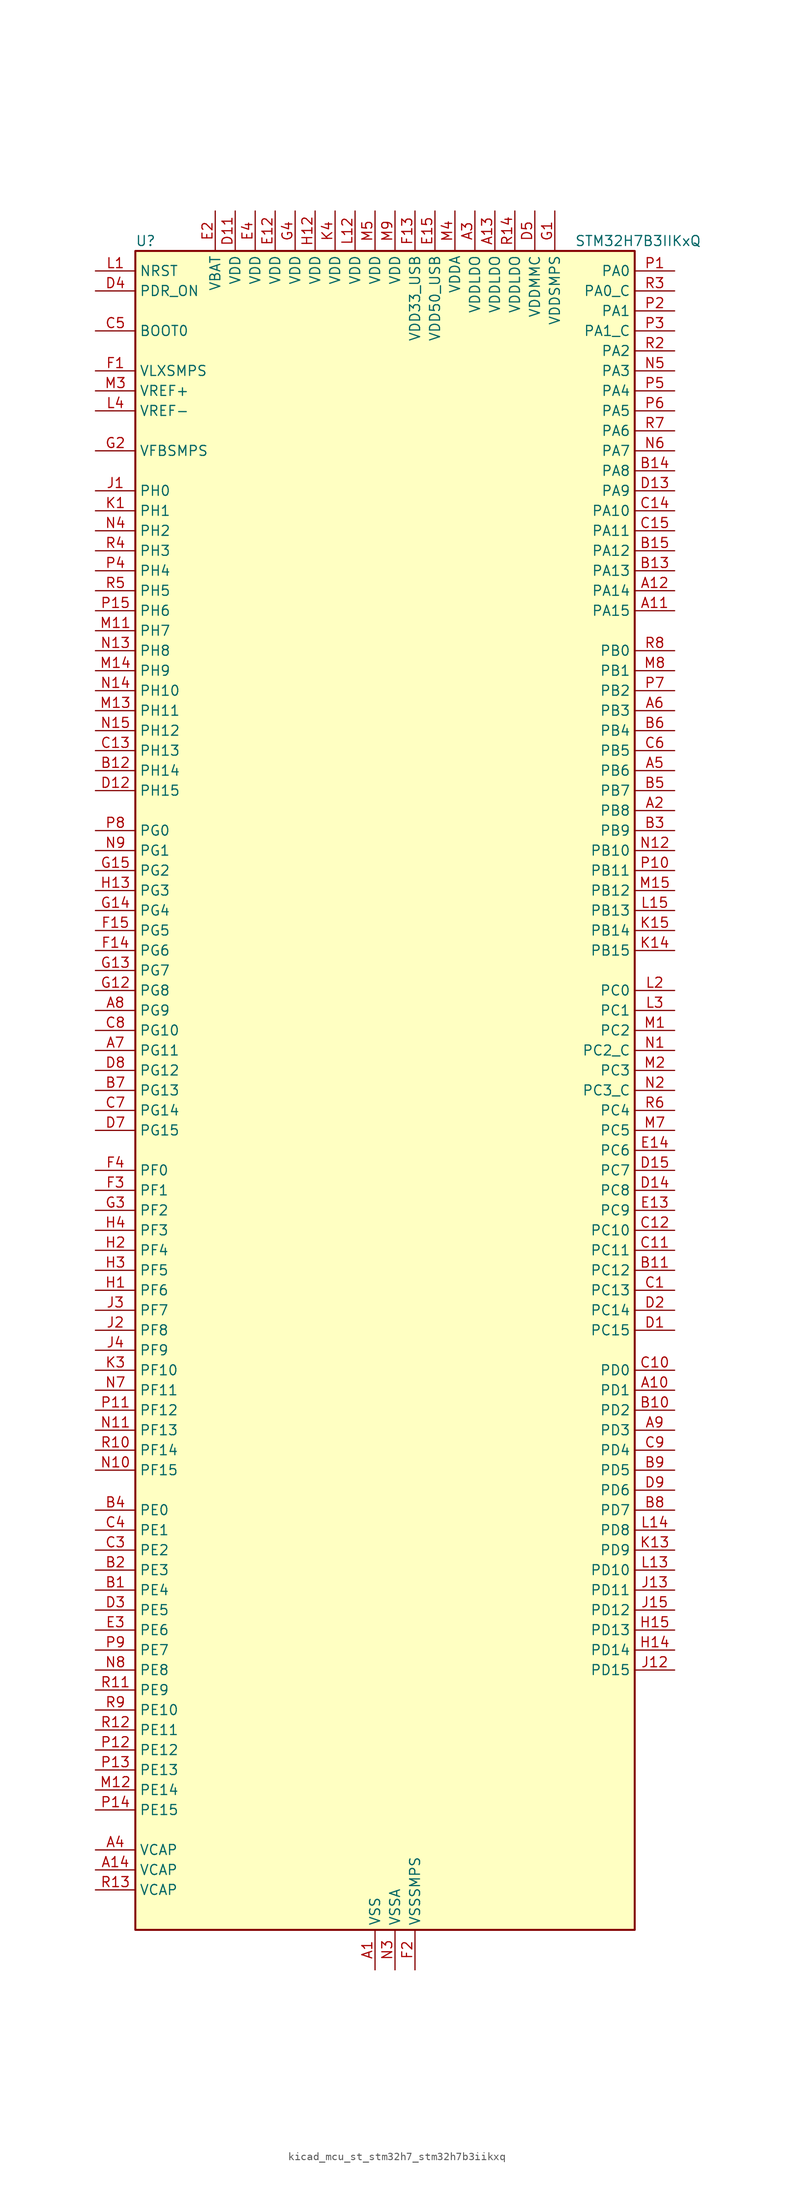
<source format=kicad_sym>
(kicad_symbol_lib
  (version 20220914)
  (generator kicad_symbol_editor)
  (symbol "kicad_mcu_st_stm32h7_stm32h7b3iikxq"
    (property "Reference" "U"
      (at -30.48 107.95 0)
      (effects (font (size 1.27 1.27)) (justify left)))
    (property "Value" "STM32H7B3IIKxQ"
      (at 25.4 107.95 0)
      (effects (font (size 1.27 1.27)) (justify left)))
    (property "ki_locked" ""
      (at 0 0 0)
      (effects (font (size 1.27 1.27))))
    (symbol "kicad_mcu_st_stm32h7_stm32h7b3iikxq_0_1"
      (rectangle (start -30.48 -106.68) (end 33.02 106.68) (stroke (width 0.254) (type default)) (fill (type background))))
    (symbol "kicad_mcu_st_stm32h7_stm32h7b3iikxq_1_1"
      (pin power_in line (at 0 -111.76 90) (length 5.08) (name "VSS" (effects (font (size 1.27 1.27)))) (number "A1" (effects (font (size 1.27 1.27)))))
      (pin bidirectional line (at 38.1 -38.1 180) (length 5.08) (name "PD1" (effects (font (size 1.27 1.27)))) (number "A10" (effects (font (size 1.27 1.27)))) (alternate "DFSDM1_DATIN6" bidirectional line) (alternate "FDCAN1_TX" bidirectional line) (alternate "FMC_D3" bidirectional line) (alternate "FMC_DA3" bidirectional line) (alternate "UART4_TX" bidirectional line))
      (pin bidirectional line (at 38.1 60.96 180) (length 5.08) (name "PA15" (effects (font (size 1.27 1.27)))) (number "A11" (effects (font (size 1.27 1.27)))) (alternate "ADC1_EXTI15" bidirectional line) (alternate "ADC2_EXTI15" bidirectional line) (alternate "CEC" bidirectional line) (alternate "DEBUG_JTDI" bidirectional line) (alternate "I2S1_WS" bidirectional line) (alternate "I2S3_WS" bidirectional line) (alternate "I2S6_WS" bidirectional line) (alternate "LTDC_B6" bidirectional line) (alternate "LTDC_R3" bidirectional line) (alternate "SPI1_NSS" bidirectional line) (alternate "SPI3_NSS" bidirectional line) (alternate "SPI6_NSS" bidirectional line) (alternate "TIM2_CH1" bidirectional line) (alternate "TIM2_ETR" bidirectional line) (alternate "UART4_DE" bidirectional line) (alternate "UART4_RTS" bidirectional line) (alternate "UART7_TX" bidirectional line))
      (pin bidirectional line (at 38.1 63.5 180) (length 5.08) (name "PA14" (effects (font (size 1.27 1.27)))) (number "A12" (effects (font (size 1.27 1.27)))) (alternate "DEBUG_JTCK-SWCLK" bidirectional line))
      (pin power_in line (at 15.24 111.76 270) (length 5.08) (name "VDDLDO" (effects (font (size 1.27 1.27)))) (number "A13" (effects (font (size 1.27 1.27)))))
      (pin power_out line (at -35.56 -99.06 0) (length 5.08) (name "VCAP" (effects (font (size 1.27 1.27)))) (number "A14" (effects (font (size 1.27 1.27)))))
      (pin passive line (at 0 -111.76 90) (length 5.08) hide (name "VSS" (effects (font (size 1.27 1.27)))) (number "A15" (effects (font (size 1.27 1.27)))))
      (pin bidirectional line (at 38.1 35.56 180) (length 5.08) (name "PB8" (effects (font (size 1.27 1.27)))) (number "A2" (effects (font (size 1.27 1.27)))) (alternate "DCMI_D6" bidirectional line) (alternate "DFSDM1_CKIN7" bidirectional line) (alternate "FDCAN1_RX" bidirectional line) (alternate "I2C1_SCL" bidirectional line) (alternate "I2C4_SCL" bidirectional line) (alternate "LTDC_B6" bidirectional line) (alternate "PSSI_D6" bidirectional line) (alternate "SDMMC1_CKIN" bidirectional line) (alternate "SDMMC1_D4" bidirectional line) (alternate "SDMMC2_D4" bidirectional line) (alternate "TIM16_CH1" bidirectional line) (alternate "TIM4_CH3" bidirectional line) (alternate "UART4_RX" bidirectional line))
      (pin power_in line (at 12.7 111.76 270) (length 5.08) (name "VDDLDO" (effects (font (size 1.27 1.27)))) (number "A3" (effects (font (size 1.27 1.27)))))
      (pin power_out line (at -35.56 -96.52 0) (length 5.08) (name "VCAP" (effects (font (size 1.27 1.27)))) (number "A4" (effects (font (size 1.27 1.27)))))
      (pin bidirectional line (at 38.1 40.64 180) (length 5.08) (name "PB6" (effects (font (size 1.27 1.27)))) (number "A5" (effects (font (size 1.27 1.27)))) (alternate "CEC" bidirectional line) (alternate "DCMI_D5" bidirectional line) (alternate "DFSDM1_DATIN5" bidirectional line) (alternate "FDCAN2_TX" bidirectional line) (alternate "FMC_SDNE1" bidirectional line) (alternate "I2C1_SCL" bidirectional line) (alternate "I2C4_SCL" bidirectional line) (alternate "LPUART1_TX" bidirectional line) (alternate "OCTOSPIM_P1_NCS" bidirectional line) (alternate "PSSI_D5" bidirectional line) (alternate "TIM16_CH1N" bidirectional line) (alternate "TIM4_CH1" bidirectional line) (alternate "UART5_TX" bidirectional line) (alternate "USART1_TX" bidirectional line))
      (pin bidirectional line (at 38.1 48.26 180) (length 5.08) (name "PB3" (effects (font (size 1.27 1.27)))) (number "A6" (effects (font (size 1.27 1.27)))) (alternate "CRS_SYNC" bidirectional line) (alternate "DEBUG_JTDO-SWO" bidirectional line) (alternate "I2S1_CK" bidirectional line) (alternate "I2S3_CK" bidirectional line) (alternate "I2S6_CK" bidirectional line) (alternate "SDMMC2_D2" bidirectional line) (alternate "SPI1_SCK" bidirectional line) (alternate "SPI3_SCK" bidirectional line) (alternate "SPI6_SCK" bidirectional line) (alternate "TIM2_CH2" bidirectional line) (alternate "UART7_RX" bidirectional line))
      (pin bidirectional line (at -35.56 5.08 0) (length 5.08) (name "PG11" (effects (font (size 1.27 1.27)))) (number "A7" (effects (font (size 1.27 1.27)))) (alternate "ADC1_EXTI11" bidirectional line) (alternate "ADC2_EXTI11" bidirectional line) (alternate "DCMI_D3" bidirectional line) (alternate "I2S1_CK" bidirectional line) (alternate "LPTIM1_IN2" bidirectional line) (alternate "LTDC_B3" bidirectional line) (alternate "OCTOSPIM_P2_IO7" bidirectional line) (alternate "PSSI_D3" bidirectional line) (alternate "SDMMC2_D2" bidirectional line) (alternate "SPDIFRX_IN0" bidirectional line) (alternate "SPI1_SCK" bidirectional line) (alternate "USART10_RX" bidirectional line))
      (pin bidirectional line (at -35.56 10.16 0) (length 5.08) (name "PG9" (effects (font (size 1.27 1.27)))) (number "A8" (effects (font (size 1.27 1.27)))) (alternate "DAC1_EXTI9" bidirectional line) (alternate "DCMI_VSYNC" bidirectional line) (alternate "FMC_NCE" bidirectional line) (alternate "FMC_NE2" bidirectional line) (alternate "I2S1_SDI" bidirectional line) (alternate "OCTOSPIM_P1_IO6" bidirectional line) (alternate "PSSI_RDY" bidirectional line) (alternate "SAI2_FS_B" bidirectional line) (alternate "SDMMC2_D0" bidirectional line) (alternate "SPDIFRX_IN3" bidirectional line) (alternate "SPI1_MISO" bidirectional line) (alternate "USART6_RX" bidirectional line))
      (pin bidirectional line (at 38.1 -43.18 180) (length 5.08) (name "PD3" (effects (font (size 1.27 1.27)))) (number "A9" (effects (font (size 1.27 1.27)))) (alternate "DCMI_D5" bidirectional line) (alternate "DFSDM1_CKOUT" bidirectional line) (alternate "FMC_CLK" bidirectional line) (alternate "I2S2_CK" bidirectional line) (alternate "LTDC_G7" bidirectional line) (alternate "PSSI_D5" bidirectional line) (alternate "SPI2_SCK" bidirectional line) (alternate "USART2_CTS" bidirectional line) (alternate "USART2_NSS" bidirectional line))
      (pin bidirectional line (at -35.56 -63.5 0) (length 5.08) (name "PE4" (effects (font (size 1.27 1.27)))) (number "B1" (effects (font (size 1.27 1.27)))) (alternate "DCMI_D4" bidirectional line) (alternate "DEBUG_TRACED1" bidirectional line) (alternate "DFSDM1_DATIN3" bidirectional line) (alternate "FMC_A20" bidirectional line) (alternate "LTDC_B0" bidirectional line) (alternate "PSSI_D4" bidirectional line) (alternate "SAI1_D2" bidirectional line) (alternate "SAI1_FS_A" bidirectional line) (alternate "SPI4_NSS" bidirectional line) (alternate "TIM15_CH1N" bidirectional line))
      (pin bidirectional line (at 38.1 -40.64 180) (length 5.08) (name "PD2" (effects (font (size 1.27 1.27)))) (number "B10" (effects (font (size 1.27 1.27)))) (alternate "DCMI_D11" bidirectional line) (alternate "DEBUG_TRACED2" bidirectional line) (alternate "LTDC_B2" bidirectional line) (alternate "LTDC_B7" bidirectional line) (alternate "PSSI_D11" bidirectional line) (alternate "SDMMC1_CMD" bidirectional line) (alternate "TIM15_BKIN" bidirectional line) (alternate "TIM3_ETR" bidirectional line) (alternate "UART5_RX" bidirectional line))
      (pin bidirectional line (at 38.1 -22.86 180) (length 5.08) (name "PC12" (effects (font (size 1.27 1.27)))) (number "B11" (effects (font (size 1.27 1.27)))) (alternate "DCMI_D9" bidirectional line) (alternate "DEBUG_TRACED3" bidirectional line) (alternate "DFSDM2_CKOUT" bidirectional line) (alternate "I2S3_SDO" bidirectional line) (alternate "I2S6_CK" bidirectional line) (alternate "LTDC_R6" bidirectional line) (alternate "PSSI_D9" bidirectional line) (alternate "SDMMC1_CK" bidirectional line) (alternate "SPI3_MOSI" bidirectional line) (alternate "SPI6_SCK" bidirectional line) (alternate "TIM15_CH1" bidirectional line) (alternate "UART5_TX" bidirectional line) (alternate "USART3_CK" bidirectional line))
      (pin bidirectional line (at -35.56 40.64 0) (length 5.08) (name "PH14" (effects (font (size 1.27 1.27)))) (number "B12" (effects (font (size 1.27 1.27)))) (alternate "DCMI_D4" bidirectional line) (alternate "FDCAN1_RX" bidirectional line) (alternate "FMC_D22" bidirectional line) (alternate "LTDC_G3" bidirectional line) (alternate "PSSI_D4" bidirectional line) (alternate "TIM8_CH2N" bidirectional line) (alternate "UART4_RX" bidirectional line))
      (pin bidirectional line (at 38.1 66.04 180) (length 5.08) (name "PA13" (effects (font (size 1.27 1.27)))) (number "B13" (effects (font (size 1.27 1.27)))) (alternate "DEBUG_JTMS-SWDIO" bidirectional line))
      (pin bidirectional line (at 38.1 78.74 180) (length 5.08) (name "PA8" (effects (font (size 1.27 1.27)))) (number "B14" (effects (font (size 1.27 1.27)))) (alternate "I2C3_SCL" bidirectional line) (alternate "LTDC_B3" bidirectional line) (alternate "LTDC_R6" bidirectional line) (alternate "RCC_MCO_1" bidirectional line) (alternate "TIM1_CH1" bidirectional line) (alternate "TIM8_BKIN2" bidirectional line) (alternate "TIM8_BKIN2_COMP1" bidirectional line) (alternate "TIM8_BKIN2_COMP2" bidirectional line) (alternate "UART7_RX" bidirectional line) (alternate "USART1_CK" bidirectional line) (alternate "USB_OTG_HS_SOF" bidirectional line))
      (pin bidirectional line (at 38.1 68.58 180) (length 5.08) (name "PA12" (effects (font (size 1.27 1.27)))) (number "B15" (effects (font (size 1.27 1.27)))) (alternate "FDCAN1_TX" bidirectional line) (alternate "I2S2_CK" bidirectional line) (alternate "LPUART1_DE" bidirectional line) (alternate "LPUART1_RTS" bidirectional line) (alternate "LTDC_R5" bidirectional line) (alternate "SAI2_FS_B" bidirectional line) (alternate "SPI2_SCK" bidirectional line) (alternate "TIM1_ETR" bidirectional line) (alternate "UART4_TX" bidirectional line) (alternate "USART1_DE" bidirectional line) (alternate "USART1_RTS" bidirectional line) (alternate "USB_OTG_HS_DP" bidirectional line))
      (pin bidirectional line (at -35.56 -60.96 0) (length 5.08) (name "PE3" (effects (font (size 1.27 1.27)))) (number "B2" (effects (font (size 1.27 1.27)))) (alternate "DEBUG_TRACED0" bidirectional line) (alternate "FMC_A19" bidirectional line) (alternate "SAI1_SD_B" bidirectional line) (alternate "TIM15_BKIN" bidirectional line) (alternate "USART10_TX" bidirectional line))
      (pin bidirectional line (at 38.1 33.02 180) (length 5.08) (name "PB9" (effects (font (size 1.27 1.27)))) (number "B3" (effects (font (size 1.27 1.27)))) (alternate "DAC1_EXTI9" bidirectional line) (alternate "DCMI_D7" bidirectional line) (alternate "DFSDM1_DATIN7" bidirectional line) (alternate "FDCAN1_TX" bidirectional line) (alternate "I2C1_SDA" bidirectional line) (alternate "I2C4_SDA" bidirectional line) (alternate "I2C4_SMBA" bidirectional line) (alternate "I2S2_WS" bidirectional line) (alternate "LTDC_B7" bidirectional line) (alternate "PSSI_D7" bidirectional line) (alternate "SDMMC1_CDIR" bidirectional line) (alternate "SDMMC1_D5" bidirectional line) (alternate "SDMMC2_D5" bidirectional line) (alternate "SPI2_NSS" bidirectional line) (alternate "TIM17_CH1" bidirectional line) (alternate "TIM4_CH4" bidirectional line) (alternate "UART4_TX" bidirectional line))
      (pin bidirectional line (at -35.56 -53.34 0) (length 5.08) (name "PE0" (effects (font (size 1.27 1.27)))) (number "B4" (effects (font (size 1.27 1.27)))) (alternate "DCMI_D2" bidirectional line) (alternate "FMC_NBL0" bidirectional line) (alternate "LPTIM1_ETR" bidirectional line) (alternate "LPTIM2_ETR" bidirectional line) (alternate "LTDC_R0" bidirectional line) (alternate "PSSI_D2" bidirectional line) (alternate "SAI2_MCLK_A" bidirectional line) (alternate "TIM4_ETR" bidirectional line) (alternate "UART8_RX" bidirectional line))
      (pin bidirectional line (at 38.1 38.1 180) (length 5.08) (name "PB7" (effects (font (size 1.27 1.27)))) (number "B5" (effects (font (size 1.27 1.27)))) (alternate "DCMI_VSYNC" bidirectional line) (alternate "DFSDM1_CKIN5" bidirectional line) (alternate "FMC_NL" bidirectional line) (alternate "I2C1_SDA" bidirectional line) (alternate "I2C4_SDA" bidirectional line) (alternate "LPUART1_RX" bidirectional line) (alternate "PSSI_RDY" bidirectional line) (alternate "PWR_PVD_IN" bidirectional line) (alternate "TIM17_CH1N" bidirectional line) (alternate "TIM4_CH2" bidirectional line) (alternate "USART1_RX" bidirectional line))
      (pin bidirectional line (at 38.1 45.72 180) (length 5.08) (name "PB4" (effects (font (size 1.27 1.27)))) (number "B6" (effects (font (size 1.27 1.27)))) (alternate "DEBUG_JTRST" bidirectional line) (alternate "I2S1_SDI" bidirectional line) (alternate "I2S2_WS" bidirectional line) (alternate "I2S3_SDI" bidirectional line) (alternate "I2S6_SDI" bidirectional line) (alternate "SDMMC2_D3" bidirectional line) (alternate "SPI1_MISO" bidirectional line) (alternate "SPI2_NSS" bidirectional line) (alternate "SPI3_MISO" bidirectional line) (alternate "SPI6_MISO" bidirectional line) (alternate "TIM16_BKIN" bidirectional line) (alternate "TIM3_CH1" bidirectional line) (alternate "UART7_TX" bidirectional line))
      (pin bidirectional line (at -35.56 0 0) (length 5.08) (name "PG13" (effects (font (size 1.27 1.27)))) (number "B7" (effects (font (size 1.27 1.27)))) (alternate "DEBUG_TRACED0" bidirectional line) (alternate "FMC_A24" bidirectional line) (alternate "I2S6_CK" bidirectional line) (alternate "LPTIM1_OUT" bidirectional line) (alternate "LTDC_R0" bidirectional line) (alternate "SDMMC2_D6" bidirectional line) (alternate "SPI6_SCK" bidirectional line) (alternate "USART10_CTS" bidirectional line) (alternate "USART10_NSS" bidirectional line) (alternate "USART6_CTS" bidirectional line) (alternate "USART6_NSS" bidirectional line))
      (pin bidirectional line (at 38.1 -53.34 180) (length 5.08) (name "PD7" (effects (font (size 1.27 1.27)))) (number "B8" (effects (font (size 1.27 1.27)))) (alternate "DFSDM1_CKIN1" bidirectional line) (alternate "DFSDM1_DATIN4" bidirectional line) (alternate "FMC_NE1" bidirectional line) (alternate "I2S1_SDO" bidirectional line) (alternate "OCTOSPIM_P1_IO7" bidirectional line) (alternate "SDMMC2_CMD" bidirectional line) (alternate "SPDIFRX_IN0" bidirectional line) (alternate "SPI1_MOSI" bidirectional line) (alternate "USART2_CK" bidirectional line))
      (pin bidirectional line (at 38.1 -48.26 180) (length 5.08) (name "PD5" (effects (font (size 1.27 1.27)))) (number "B9" (effects (font (size 1.27 1.27)))) (alternate "FMC_NWE" bidirectional line) (alternate "OCTOSPIM_P1_IO5" bidirectional line) (alternate "USART2_TX" bidirectional line))
      (pin bidirectional line (at 38.1 -25.4 180) (length 5.08) (name "PC13" (effects (font (size 1.27 1.27)))) (number "C1" (effects (font (size 1.27 1.27)))) (alternate "PWR_WKUP4" bidirectional line) (alternate "RTC_OUT_ALARM" bidirectional line) (alternate "RTC_OUT_CALIB" bidirectional line) (alternate "RTC_TAMP1" bidirectional line) (alternate "RTC_TS" bidirectional line))
      (pin bidirectional line (at 38.1 -35.56 180) (length 5.08) (name "PD0" (effects (font (size 1.27 1.27)))) (number "C10" (effects (font (size 1.27 1.27)))) (alternate "DFSDM1_CKIN6" bidirectional line) (alternate "FDCAN1_RX" bidirectional line) (alternate "FMC_D2" bidirectional line) (alternate "FMC_DA2" bidirectional line) (alternate "LTDC_B1" bidirectional line) (alternate "UART4_RX" bidirectional line) (alternate "UART9_CTS" bidirectional line))
      (pin bidirectional line (at 38.1 -20.32 180) (length 5.08) (name "PC11" (effects (font (size 1.27 1.27)))) (number "C11" (effects (font (size 1.27 1.27)))) (alternate "ADC1_EXTI11" bidirectional line) (alternate "ADC2_EXTI11" bidirectional line) (alternate "DCMI_D4" bidirectional line) (alternate "DFSDM1_DATIN5" bidirectional line) (alternate "DFSDM2_DATIN0" bidirectional line) (alternate "I2S3_SDI" bidirectional line) (alternate "LTDC_B4" bidirectional line) (alternate "OCTOSPIM_P1_NCS" bidirectional line) (alternate "PSSI_D4" bidirectional line) (alternate "SDMMC1_D3" bidirectional line) (alternate "SPI3_MISO" bidirectional line) (alternate "UART4_RX" bidirectional line) (alternate "USART3_RX" bidirectional line))
      (pin bidirectional line (at 38.1 -17.78 180) (length 5.08) (name "PC10" (effects (font (size 1.27 1.27)))) (number "C12" (effects (font (size 1.27 1.27)))) (alternate "DCMI_D8" bidirectional line) (alternate "DFSDM1_CKIN5" bidirectional line) (alternate "DFSDM2_CKIN0" bidirectional line) (alternate "I2S3_CK" bidirectional line) (alternate "LTDC_B1" bidirectional line) (alternate "LTDC_R2" bidirectional line) (alternate "OCTOSPIM_P1_IO1" bidirectional line) (alternate "PSSI_D8" bidirectional line) (alternate "SDMMC1_D2" bidirectional line) (alternate "SPI3_SCK" bidirectional line) (alternate "SWPMI1_RX" bidirectional line) (alternate "UART4_TX" bidirectional line) (alternate "USART3_TX" bidirectional line))
      (pin bidirectional line (at -35.56 43.18 0) (length 5.08) (name "PH13" (effects (font (size 1.27 1.27)))) (number "C13" (effects (font (size 1.27 1.27)))) (alternate "FDCAN1_TX" bidirectional line) (alternate "FMC_D21" bidirectional line) (alternate "LTDC_G2" bidirectional line) (alternate "TIM8_CH1N" bidirectional line) (alternate "UART4_TX" bidirectional line))
      (pin bidirectional line (at 38.1 73.66 180) (length 5.08) (name "PA10" (effects (font (size 1.27 1.27)))) (number "C14" (effects (font (size 1.27 1.27)))) (alternate "DCMI_D1" bidirectional line) (alternate "LPUART1_RX" bidirectional line) (alternate "LTDC_B1" bidirectional line) (alternate "LTDC_B4" bidirectional line) (alternate "MDIOS_MDIO" bidirectional line) (alternate "PSSI_D1" bidirectional line) (alternate "TIM1_CH3" bidirectional line) (alternate "USART1_RX" bidirectional line) (alternate "USB_OTG_HS_ID" bidirectional line))
      (pin bidirectional line (at 38.1 71.12 180) (length 5.08) (name "PA11" (effects (font (size 1.27 1.27)))) (number "C15" (effects (font (size 1.27 1.27)))) (alternate "ADC1_EXTI11" bidirectional line) (alternate "ADC2_EXTI11" bidirectional line) (alternate "FDCAN1_RX" bidirectional line) (alternate "I2S2_WS" bidirectional line) (alternate "LPUART1_CTS" bidirectional line) (alternate "LTDC_R4" bidirectional line) (alternate "SPI2_NSS" bidirectional line) (alternate "TIM1_CH4" bidirectional line) (alternate "UART4_RX" bidirectional line) (alternate "USART1_CTS" bidirectional line) (alternate "USART1_NSS" bidirectional line) (alternate "USB_OTG_HS_DM" bidirectional line))
      (pin passive line (at 0 -111.76 90) (length 5.08) hide (name "VSS" (effects (font (size 1.27 1.27)))) (number "C2" (effects (font (size 1.27 1.27)))))
      (pin bidirectional line (at -35.56 -58.42 0) (length 5.08) (name "PE2" (effects (font (size 1.27 1.27)))) (number "C3" (effects (font (size 1.27 1.27)))) (alternate "DEBUG_TRACECLK" bidirectional line) (alternate "FMC_A23" bidirectional line) (alternate "OCTOSPIM_P1_IO2" bidirectional line) (alternate "SAI1_CK1" bidirectional line) (alternate "SAI1_MCLK_A" bidirectional line) (alternate "SPI4_SCK" bidirectional line) (alternate "USART10_RX" bidirectional line))
      (pin bidirectional line (at -35.56 -55.88 0) (length 5.08) (name "PE1" (effects (font (size 1.27 1.27)))) (number "C4" (effects (font (size 1.27 1.27)))) (alternate "DCMI_D3" bidirectional line) (alternate "FMC_NBL1" bidirectional line) (alternate "LPTIM1_IN2" bidirectional line) (alternate "LTDC_R6" bidirectional line) (alternate "PSSI_D3" bidirectional line) (alternate "UART8_TX" bidirectional line))
      (pin input line (at -35.56 96.52 0) (length 5.08) (name "BOOT0" (effects (font (size 1.27 1.27)))) (number "C5" (effects (font (size 1.27 1.27)))))
      (pin bidirectional line (at 38.1 43.18 180) (length 5.08) (name "PB5" (effects (font (size 1.27 1.27)))) (number "C6" (effects (font (size 1.27 1.27)))) (alternate "DCMI_D10" bidirectional line) (alternate "FDCAN2_RX" bidirectional line) (alternate "FMC_SDCKE1" bidirectional line) (alternate "I2C1_SMBA" bidirectional line) (alternate "I2C4_SMBA" bidirectional line) (alternate "I2S1_SDO" bidirectional line) (alternate "I2S3_SDO" bidirectional line) (alternate "I2S6_SDO" bidirectional line) (alternate "LTDC_B5" bidirectional line) (alternate "PSSI_D10" bidirectional line) (alternate "SPI1_MOSI" bidirectional line) (alternate "SPI3_MOSI" bidirectional line) (alternate "SPI6_MOSI" bidirectional line) (alternate "TIM17_BKIN" bidirectional line) (alternate "TIM3_CH2" bidirectional line) (alternate "UART5_RX" bidirectional line) (alternate "USB_OTG_HS_ULPI_D7" bidirectional line))
      (pin bidirectional line (at -35.56 -2.54 0) (length 5.08) (name "PG14" (effects (font (size 1.27 1.27)))) (number "C7" (effects (font (size 1.27 1.27)))) (alternate "DEBUG_TRACED1" bidirectional line) (alternate "FMC_A25" bidirectional line) (alternate "I2S6_SDO" bidirectional line) (alternate "LPTIM1_ETR" bidirectional line) (alternate "LTDC_B0" bidirectional line) (alternate "OCTOSPIM_P1_IO7" bidirectional line) (alternate "SDMMC2_D7" bidirectional line) (alternate "SPI6_MOSI" bidirectional line) (alternate "USART10_DE" bidirectional line) (alternate "USART10_RTS" bidirectional line) (alternate "USART6_TX" bidirectional line))
      (pin bidirectional line (at -35.56 7.62 0) (length 5.08) (name "PG10" (effects (font (size 1.27 1.27)))) (number "C8" (effects (font (size 1.27 1.27)))) (alternate "DCMI_D2" bidirectional line) (alternate "FMC_NE3" bidirectional line) (alternate "I2S1_WS" bidirectional line) (alternate "LTDC_B2" bidirectional line) (alternate "LTDC_G3" bidirectional line) (alternate "OCTOSPIM_P2_IO6" bidirectional line) (alternate "PSSI_D2" bidirectional line) (alternate "SAI2_SD_B" bidirectional line) (alternate "SDMMC2_D1" bidirectional line) (alternate "SPI1_NSS" bidirectional line))
      (pin bidirectional line (at 38.1 -45.72 180) (length 5.08) (name "PD4" (effects (font (size 1.27 1.27)))) (number "C9" (effects (font (size 1.27 1.27)))) (alternate "FMC_NOE" bidirectional line) (alternate "OCTOSPIM_P1_IO4" bidirectional line) (alternate "USART2_DE" bidirectional line) (alternate "USART2_RTS" bidirectional line))
      (pin bidirectional line (at 38.1 -30.48 180) (length 5.08) (name "PC15" (effects (font (size 1.27 1.27)))) (number "D1" (effects (font (size 1.27 1.27)))) (alternate "ADC1_EXTI15" bidirectional line) (alternate "ADC2_EXTI15" bidirectional line) (alternate "RCC_OSC32_OUT" bidirectional line))
      (pin passive line (at 0 -111.76 90) (length 5.08) hide (name "VSS" (effects (font (size 1.27 1.27)))) (number "D10" (effects (font (size 1.27 1.27)))))
      (pin power_in line (at -17.78 111.76 270) (length 5.08) (name "VDD" (effects (font (size 1.27 1.27)))) (number "D11" (effects (font (size 1.27 1.27)))))
      (pin bidirectional line (at -35.56 38.1 0) (length 5.08) (name "PH15" (effects (font (size 1.27 1.27)))) (number "D12" (effects (font (size 1.27 1.27)))) (alternate "ADC1_EXTI15" bidirectional line) (alternate "ADC2_EXTI15" bidirectional line) (alternate "DCMI_D11" bidirectional line) (alternate "FMC_D23" bidirectional line) (alternate "LTDC_G4" bidirectional line) (alternate "PSSI_D11" bidirectional line) (alternate "TIM8_CH3N" bidirectional line))
      (pin bidirectional line (at 38.1 76.2 180) (length 5.08) (name "PA9" (effects (font (size 1.27 1.27)))) (number "D13" (effects (font (size 1.27 1.27)))) (alternate "DAC1_EXTI9" bidirectional line) (alternate "DCMI_D0" bidirectional line) (alternate "I2C3_SMBA" bidirectional line) (alternate "I2S2_CK" bidirectional line) (alternate "LPUART1_TX" bidirectional line) (alternate "LTDC_R5" bidirectional line) (alternate "PSSI_D0" bidirectional line) (alternate "SPI2_SCK" bidirectional line) (alternate "TIM1_CH2" bidirectional line) (alternate "USART1_TX" bidirectional line) (alternate "USB_OTG_HS_VBUS" bidirectional line))
      (pin bidirectional line (at 38.1 -12.7 180) (length 5.08) (name "PC8" (effects (font (size 1.27 1.27)))) (number "D14" (effects (font (size 1.27 1.27)))) (alternate "DCMI_D2" bidirectional line) (alternate "DEBUG_TRACED1" bidirectional line) (alternate "FMC_INT" bidirectional line) (alternate "FMC_NCE" bidirectional line) (alternate "FMC_NE2" bidirectional line) (alternate "PSSI_D2" bidirectional line) (alternate "SDMMC1_D0" bidirectional line) (alternate "SWPMI1_RX" bidirectional line) (alternate "TIM3_CH3" bidirectional line) (alternate "TIM8_CH3" bidirectional line) (alternate "UART5_DE" bidirectional line) (alternate "UART5_RTS" bidirectional line) (alternate "USART6_CK" bidirectional line))
      (pin bidirectional line (at 38.1 -10.16 180) (length 5.08) (name "PC7" (effects (font (size 1.27 1.27)))) (number "D15" (effects (font (size 1.27 1.27)))) (alternate "DCMI_D1" bidirectional line) (alternate "DEBUG_TRGIO" bidirectional line) (alternate "DFSDM1_DATIN3" bidirectional line) (alternate "FMC_NE1" bidirectional line) (alternate "I2S3_MCK" bidirectional line) (alternate "LTDC_G6" bidirectional line) (alternate "PSSI_D1" bidirectional line) (alternate "SDMMC1_D123DIR" bidirectional line) (alternate "SDMMC1_D7" bidirectional line) (alternate "SDMMC2_D7" bidirectional line) (alternate "SWPMI1_TX" bidirectional line) (alternate "TIM3_CH2" bidirectional line) (alternate "TIM8_CH2" bidirectional line) (alternate "USART6_RX" bidirectional line))
      (pin bidirectional line (at 38.1 -27.94 180) (length 5.08) (name "PC14" (effects (font (size 1.27 1.27)))) (number "D2" (effects (font (size 1.27 1.27)))) (alternate "RCC_OSC32_IN" bidirectional line))
      (pin bidirectional line (at -35.56 -66.04 0) (length 5.08) (name "PE5" (effects (font (size 1.27 1.27)))) (number "D3" (effects (font (size 1.27 1.27)))) (alternate "DCMI_D6" bidirectional line) (alternate "DEBUG_TRACED2" bidirectional line) (alternate "DFSDM1_CKIN3" bidirectional line) (alternate "FMC_A21" bidirectional line) (alternate "LTDC_G0" bidirectional line) (alternate "PSSI_D6" bidirectional line) (alternate "SAI1_CK2" bidirectional line) (alternate "SAI1_SCK_A" bidirectional line) (alternate "SPI4_MISO" bidirectional line) (alternate "TIM15_CH1" bidirectional line))
      (pin input line (at -35.56 101.6 0) (length 5.08) (name "PDR_ON" (effects (font (size 1.27 1.27)))) (number "D4" (effects (font (size 1.27 1.27)))))
      (pin power_in line (at 20.32 111.76 270) (length 5.08) (name "VDDMMC" (effects (font (size 1.27 1.27)))) (number "D5" (effects (font (size 1.27 1.27)))))
      (pin passive line (at 0 -111.76 90) (length 5.08) hide (name "VSS" (effects (font (size 1.27 1.27)))) (number "D6" (effects (font (size 1.27 1.27)))))
      (pin bidirectional line (at -35.56 -5.08 0) (length 5.08) (name "PG15" (effects (font (size 1.27 1.27)))) (number "D7" (effects (font (size 1.27 1.27)))) (alternate "ADC1_EXTI15" bidirectional line) (alternate "ADC2_EXTI15" bidirectional line) (alternate "DCMI_D13" bidirectional line) (alternate "FMC_SDNCAS" bidirectional line) (alternate "OCTOSPIM_P2_DQS" bidirectional line) (alternate "PSSI_D13" bidirectional line) (alternate "USART10_CK" bidirectional line) (alternate "USART6_CTS" bidirectional line) (alternate "USART6_NSS" bidirectional line))
      (pin bidirectional line (at -35.56 2.54 0) (length 5.08) (name "PG12" (effects (font (size 1.27 1.27)))) (number "D8" (effects (font (size 1.27 1.27)))) (alternate "FMC_NE4" bidirectional line) (alternate "I2S6_SDI" bidirectional line) (alternate "LPTIM1_IN1" bidirectional line) (alternate "LTDC_B1" bidirectional line) (alternate "LTDC_B4" bidirectional line) (alternate "OCTOSPIM_P2_NCS" bidirectional line) (alternate "SDMMC2_D3" bidirectional line) (alternate "SPDIFRX_IN1" bidirectional line) (alternate "SPI6_MISO" bidirectional line) (alternate "USART10_TX" bidirectional line) (alternate "USART6_DE" bidirectional line) (alternate "USART6_RTS" bidirectional line))
      (pin bidirectional line (at 38.1 -50.8 180) (length 5.08) (name "PD6" (effects (font (size 1.27 1.27)))) (number "D9" (effects (font (size 1.27 1.27)))) (alternate "DCMI_D10" bidirectional line) (alternate "DFSDM1_CKIN4" bidirectional line) (alternate "DFSDM1_DATIN1" bidirectional line) (alternate "FMC_NWAIT" bidirectional line) (alternate "I2S3_SDO" bidirectional line) (alternate "LTDC_B2" bidirectional line) (alternate "OCTOSPIM_P1_IO6" bidirectional line) (alternate "PSSI_D10" bidirectional line) (alternate "SAI1_D1" bidirectional line) (alternate "SAI1_SD_A" bidirectional line) (alternate "SDMMC2_CK" bidirectional line) (alternate "SPI3_MOSI" bidirectional line) (alternate "USART2_RX" bidirectional line))
      (pin passive line (at 0 -111.76 90) (length 5.08) hide (name "VSS" (effects (font (size 1.27 1.27)))) (number "E1" (effects (font (size 1.27 1.27)))))
      (pin power_in line (at -12.7 111.76 270) (length 5.08) (name "VDD" (effects (font (size 1.27 1.27)))) (number "E12" (effects (font (size 1.27 1.27)))))
      (pin bidirectional line (at 38.1 -15.24 180) (length 5.08) (name "PC9" (effects (font (size 1.27 1.27)))) (number "E13" (effects (font (size 1.27 1.27)))) (alternate "DAC1_EXTI9" bidirectional line) (alternate "DCMI_D3" bidirectional line) (alternate "I2C3_SDA" bidirectional line) (alternate "I2S_CKIN" bidirectional line) (alternate "LTDC_B2" bidirectional line) (alternate "LTDC_G3" bidirectional line) (alternate "OCTOSPIM_P1_IO0" bidirectional line) (alternate "PSSI_D3" bidirectional line) (alternate "RCC_MCO_2" bidirectional line) (alternate "SDMMC1_D1" bidirectional line) (alternate "SWPMI1_SUSPEND" bidirectional line) (alternate "TIM3_CH4" bidirectional line) (alternate "TIM8_CH4" bidirectional line) (alternate "UART5_CTS" bidirectional line))
      (pin bidirectional line (at 38.1 -7.62 180) (length 5.08) (name "PC6" (effects (font (size 1.27 1.27)))) (number "E14" (effects (font (size 1.27 1.27)))) (alternate "DCMI_D0" bidirectional line) (alternate "DFSDM1_CKIN3" bidirectional line) (alternate "FMC_NWAIT" bidirectional line) (alternate "I2S2_MCK" bidirectional line) (alternate "LTDC_HSYNC" bidirectional line) (alternate "PSSI_D0" bidirectional line) (alternate "SDMMC1_D0DIR" bidirectional line) (alternate "SDMMC1_D6" bidirectional line) (alternate "SDMMC2_D6" bidirectional line) (alternate "SWPMI1_IO" bidirectional line) (alternate "TIM3_CH1" bidirectional line) (alternate "TIM8_CH1" bidirectional line) (alternate "USART6_TX" bidirectional line))
      (pin power_in line (at 7.62 111.76 270) (length 5.08) (name "VDD50_USB" (effects (font (size 1.27 1.27)))) (number "E15" (effects (font (size 1.27 1.27)))))
      (pin power_in line (at -20.32 111.76 270) (length 5.08) (name "VBAT" (effects (font (size 1.27 1.27)))) (number "E2" (effects (font (size 1.27 1.27)))))
      (pin bidirectional line (at -35.56 -68.58 0) (length 5.08) (name "PE6" (effects (font (size 1.27 1.27)))) (number "E3" (effects (font (size 1.27 1.27)))) (alternate "DCMI_D7" bidirectional line) (alternate "DEBUG_TRACED3" bidirectional line) (alternate "FMC_A22" bidirectional line) (alternate "LTDC_G1" bidirectional line) (alternate "PSSI_D7" bidirectional line) (alternate "SAI1_D1" bidirectional line) (alternate "SAI1_SD_A" bidirectional line) (alternate "SAI2_MCLK_B" bidirectional line) (alternate "SPI4_MOSI" bidirectional line) (alternate "TIM15_CH2" bidirectional line) (alternate "TIM1_BKIN2" bidirectional line) (alternate "TIM1_BKIN2_COMP1" bidirectional line) (alternate "TIM1_BKIN2_COMP2" bidirectional line))
      (pin power_in line (at -15.24 111.76 270) (length 5.08) (name "VDD" (effects (font (size 1.27 1.27)))) (number "E4" (effects (font (size 1.27 1.27)))))
      (pin power_in line (at -35.56 91.44 0) (length 5.08) (name "VLXSMPS" (effects (font (size 1.27 1.27)))) (number "F1" (effects (font (size 1.27 1.27)))))
      (pin passive line (at 0 -111.76 90) (length 5.08) hide (name "VSS" (effects (font (size 1.27 1.27)))) (number "F10" (effects (font (size 1.27 1.27)))))
      (pin passive line (at 0 -111.76 90) (length 5.08) hide (name "VSS" (effects (font (size 1.27 1.27)))) (number "F12" (effects (font (size 1.27 1.27)))))
      (pin power_in line (at 5.08 111.76 270) (length 5.08) (name "VDD33_USB" (effects (font (size 1.27 1.27)))) (number "F13" (effects (font (size 1.27 1.27)))))
      (pin bidirectional line (at -35.56 17.78 0) (length 5.08) (name "PG6" (effects (font (size 1.27 1.27)))) (number "F14" (effects (font (size 1.27 1.27)))) (alternate "DCMI_D12" bidirectional line) (alternate "FMC_NE3" bidirectional line) (alternate "LTDC_R7" bidirectional line) (alternate "OCTOSPIM_P1_NCS" bidirectional line) (alternate "PSSI_D12" bidirectional line) (alternate "TIM17_BKIN" bidirectional line))
      (pin bidirectional line (at -35.56 20.32 0) (length 5.08) (name "PG5" (effects (font (size 1.27 1.27)))) (number "F15" (effects (font (size 1.27 1.27)))) (alternate "FMC_A15" bidirectional line) (alternate "FMC_BA1" bidirectional line) (alternate "TIM1_ETR" bidirectional line))
      (pin power_in line (at 5.08 -111.76 90) (length 5.08) (name "VSSSMPS" (effects (font (size 1.27 1.27)))) (number "F2" (effects (font (size 1.27 1.27)))))
      (pin bidirectional line (at -35.56 -12.7 0) (length 5.08) (name "PF1" (effects (font (size 1.27 1.27)))) (number "F3" (effects (font (size 1.27 1.27)))) (alternate "FMC_A1" bidirectional line) (alternate "I2C2_SCL" bidirectional line) (alternate "OCTOSPIM_P2_IO1" bidirectional line))
      (pin bidirectional line (at -35.56 -10.16 0) (length 5.08) (name "PF0" (effects (font (size 1.27 1.27)))) (number "F4" (effects (font (size 1.27 1.27)))) (alternate "FMC_A0" bidirectional line) (alternate "I2C2_SDA" bidirectional line) (alternate "OCTOSPIM_P2_IO0" bidirectional line))
      (pin passive line (at 0 -111.76 90) (length 5.08) hide (name "VSS" (effects (font (size 1.27 1.27)))) (number "F6" (effects (font (size 1.27 1.27)))))
      (pin passive line (at 0 -111.76 90) (length 5.08) hide (name "VSS" (effects (font (size 1.27 1.27)))) (number "F7" (effects (font (size 1.27 1.27)))))
      (pin passive line (at 0 -111.76 90) (length 5.08) hide (name "VSS" (effects (font (size 1.27 1.27)))) (number "F8" (effects (font (size 1.27 1.27)))))
      (pin passive line (at 0 -111.76 90) (length 5.08) hide (name "VSS" (effects (font (size 1.27 1.27)))) (number "F9" (effects (font (size 1.27 1.27)))))
      (pin power_in line (at 22.86 111.76 270) (length 5.08) (name "VDDSMPS" (effects (font (size 1.27 1.27)))) (number "G1" (effects (font (size 1.27 1.27)))))
      (pin passive line (at 0 -111.76 90) (length 5.08) hide (name "VSS" (effects (font (size 1.27 1.27)))) (number "G10" (effects (font (size 1.27 1.27)))))
      (pin bidirectional line (at -35.56 12.7 0) (length 5.08) (name "PG8" (effects (font (size 1.27 1.27)))) (number "G12" (effects (font (size 1.27 1.27)))) (alternate "FMC_SDCLK" bidirectional line) (alternate "I2S6_WS" bidirectional line) (alternate "LTDC_G7" bidirectional line) (alternate "SPDIFRX_IN2" bidirectional line) (alternate "SPI6_NSS" bidirectional line) (alternate "TIM8_ETR" bidirectional line) (alternate "USART6_DE" bidirectional line) (alternate "USART6_RTS" bidirectional line))
      (pin bidirectional line (at -35.56 15.24 0) (length 5.08) (name "PG7" (effects (font (size 1.27 1.27)))) (number "G13" (effects (font (size 1.27 1.27)))) (alternate "DCMI_D13" bidirectional line) (alternate "FMC_INT" bidirectional line) (alternate "LTDC_CLK" bidirectional line) (alternate "OCTOSPIM_P2_DQS" bidirectional line) (alternate "PSSI_D13" bidirectional line) (alternate "SAI1_MCLK_A" bidirectional line) (alternate "USART6_CK" bidirectional line))
      (pin bidirectional line (at -35.56 22.86 0) (length 5.08) (name "PG4" (effects (font (size 1.27 1.27)))) (number "G14" (effects (font (size 1.27 1.27)))) (alternate "FMC_A14" bidirectional line) (alternate "FMC_BA0" bidirectional line) (alternate "TIM1_BKIN2" bidirectional line) (alternate "TIM1_BKIN2_COMP1" bidirectional line) (alternate "TIM1_BKIN2_COMP2" bidirectional line))
      (pin bidirectional line (at -35.56 27.94 0) (length 5.08) (name "PG2" (effects (font (size 1.27 1.27)))) (number "G15" (effects (font (size 1.27 1.27)))) (alternate "FMC_A12" bidirectional line) (alternate "TIM8_BKIN" bidirectional line) (alternate "TIM8_BKIN_COMP1" bidirectional line) (alternate "TIM8_BKIN_COMP2" bidirectional line))
      (pin input line (at -35.56 81.28 0) (length 5.08) (name "VFBSMPS" (effects (font (size 1.27 1.27)))) (number "G2" (effects (font (size 1.27 1.27)))))
      (pin bidirectional line (at -35.56 -15.24 0) (length 5.08) (name "PF2" (effects (font (size 1.27 1.27)))) (number "G3" (effects (font (size 1.27 1.27)))) (alternate "FMC_A2" bidirectional line) (alternate "I2C2_SMBA" bidirectional line) (alternate "OCTOSPIM_P2_IO2" bidirectional line))
      (pin power_in line (at -10.16 111.76 270) (length 5.08) (name "VDD" (effects (font (size 1.27 1.27)))) (number "G4" (effects (font (size 1.27 1.27)))))
      (pin passive line (at 0 -111.76 90) (length 5.08) hide (name "VSS" (effects (font (size 1.27 1.27)))) (number "G6" (effects (font (size 1.27 1.27)))))
      (pin passive line (at 0 -111.76 90) (length 5.08) hide (name "VSS" (effects (font (size 1.27 1.27)))) (number "G7" (effects (font (size 1.27 1.27)))))
      (pin passive line (at 0 -111.76 90) (length 5.08) hide (name "VSS" (effects (font (size 1.27 1.27)))) (number "G8" (effects (font (size 1.27 1.27)))))
      (pin passive line (at 0 -111.76 90) (length 5.08) hide (name "VSS" (effects (font (size 1.27 1.27)))) (number "G9" (effects (font (size 1.27 1.27)))))
      (pin bidirectional line (at -35.56 -25.4 0) (length 5.08) (name "PF6" (effects (font (size 1.27 1.27)))) (number "H1" (effects (font (size 1.27 1.27)))) (alternate "OCTOSPIM_P1_IO3" bidirectional line) (alternate "SAI1_SD_B" bidirectional line) (alternate "SPI5_NSS" bidirectional line) (alternate "TIM16_CH1" bidirectional line) (alternate "UART7_RX" bidirectional line))
      (pin passive line (at 0 -111.76 90) (length 5.08) hide (name "VSS" (effects (font (size 1.27 1.27)))) (number "H10" (effects (font (size 1.27 1.27)))))
      (pin power_in line (at -7.62 111.76 270) (length 5.08) (name "VDD" (effects (font (size 1.27 1.27)))) (number "H12" (effects (font (size 1.27 1.27)))))
      (pin bidirectional line (at -35.56 25.4 0) (length 5.08) (name "PG3" (effects (font (size 1.27 1.27)))) (number "H13" (effects (font (size 1.27 1.27)))) (alternate "FMC_A13" bidirectional line) (alternate "TIM8_BKIN2" bidirectional line) (alternate "TIM8_BKIN2_COMP1" bidirectional line) (alternate "TIM8_BKIN2_COMP2" bidirectional line))
      (pin bidirectional line (at 38.1 -71.12 180) (length 5.08) (name "PD14" (effects (font (size 1.27 1.27)))) (number "H14" (effects (font (size 1.27 1.27)))) (alternate "FMC_D0" bidirectional line) (alternate "FMC_DA0" bidirectional line) (alternate "TIM4_CH3" bidirectional line) (alternate "UART8_CTS" bidirectional line) (alternate "UART9_RX" bidirectional line))
      (pin bidirectional line (at 38.1 -68.58 180) (length 5.08) (name "PD13" (effects (font (size 1.27 1.27)))) (number "H15" (effects (font (size 1.27 1.27)))) (alternate "DCMI_D13" bidirectional line) (alternate "FMC_A18" bidirectional line) (alternate "I2C4_SDA" bidirectional line) (alternate "LPTIM1_OUT" bidirectional line) (alternate "OCTOSPIM_P1_IO3" bidirectional line) (alternate "PSSI_D13" bidirectional line) (alternate "SAI2_SCK_A" bidirectional line) (alternate "TIM4_CH2" bidirectional line) (alternate "UART9_DE" bidirectional line) (alternate "UART9_RTS" bidirectional line))
      (pin bidirectional line (at -35.56 -20.32 0) (length 5.08) (name "PF4" (effects (font (size 1.27 1.27)))) (number "H2" (effects (font (size 1.27 1.27)))) (alternate "FMC_A4" bidirectional line) (alternate "OCTOSPIM_P2_CLK" bidirectional line))
      (pin bidirectional line (at -35.56 -22.86 0) (length 5.08) (name "PF5" (effects (font (size 1.27 1.27)))) (number "H3" (effects (font (size 1.27 1.27)))) (alternate "FMC_A5" bidirectional line) (alternate "OCTOSPIM_P2_NCLK" bidirectional line))
      (pin bidirectional line (at -35.56 -17.78 0) (length 5.08) (name "PF3" (effects (font (size 1.27 1.27)))) (number "H4" (effects (font (size 1.27 1.27)))) (alternate "FMC_A3" bidirectional line) (alternate "OCTOSPIM_P2_IO3" bidirectional line))
      (pin passive line (at 0 -111.76 90) (length 5.08) hide (name "VSS" (effects (font (size 1.27 1.27)))) (number "H6" (effects (font (size 1.27 1.27)))))
      (pin passive line (at 0 -111.76 90) (length 5.08) hide (name "VSS" (effects (font (size 1.27 1.27)))) (number "H7" (effects (font (size 1.27 1.27)))))
      (pin passive line (at 0 -111.76 90) (length 5.08) hide (name "VSS" (effects (font (size 1.27 1.27)))) (number "H8" (effects (font (size 1.27 1.27)))))
      (pin passive line (at 0 -111.76 90) (length 5.08) hide (name "VSS" (effects (font (size 1.27 1.27)))) (number "H9" (effects (font (size 1.27 1.27)))))
      (pin bidirectional line (at -35.56 76.2 0) (length 5.08) (name "PH0" (effects (font (size 1.27 1.27)))) (number "J1" (effects (font (size 1.27 1.27)))) (alternate "RCC_OSC_IN" bidirectional line))
      (pin passive line (at 0 -111.76 90) (length 5.08) hide (name "VSS" (effects (font (size 1.27 1.27)))) (number "J10" (effects (font (size 1.27 1.27)))))
      (pin bidirectional line (at 38.1 -73.66 180) (length 5.08) (name "PD15" (effects (font (size 1.27 1.27)))) (number "J12" (effects (font (size 1.27 1.27)))) (alternate "ADC1_EXTI15" bidirectional line) (alternate "ADC2_EXTI15" bidirectional line) (alternate "FMC_D1" bidirectional line) (alternate "FMC_DA1" bidirectional line) (alternate "TIM4_CH4" bidirectional line) (alternate "UART8_DE" bidirectional line) (alternate "UART8_RTS" bidirectional line) (alternate "UART9_TX" bidirectional line))
      (pin bidirectional line (at 38.1 -63.5 180) (length 5.08) (name "PD11" (effects (font (size 1.27 1.27)))) (number "J13" (effects (font (size 1.27 1.27)))) (alternate "ADC1_EXTI11" bidirectional line) (alternate "ADC2_EXTI11" bidirectional line) (alternate "FMC_A16" bidirectional line) (alternate "FMC_CLE" bidirectional line) (alternate "I2C4_SMBA" bidirectional line) (alternate "LPTIM2_IN2" bidirectional line) (alternate "OCTOSPIM_P1_IO0" bidirectional line) (alternate "SAI2_SD_A" bidirectional line) (alternate "USART3_CTS" bidirectional line) (alternate "USART3_NSS" bidirectional line))
      (pin passive line (at 0 -111.76 90) (length 5.08) hide (name "VSS" (effects (font (size 1.27 1.27)))) (number "J14" (effects (font (size 1.27 1.27)))))
      (pin bidirectional line (at 38.1 -66.04 180) (length 5.08) (name "PD12" (effects (font (size 1.27 1.27)))) (number "J15" (effects (font (size 1.27 1.27)))) (alternate "DCMI_D12" bidirectional line) (alternate "FMC_A17" bidirectional line) (alternate "FMC_ALE" bidirectional line) (alternate "I2C4_SCL" bidirectional line) (alternate "LPTIM1_IN1" bidirectional line) (alternate "LPTIM2_IN1" bidirectional line) (alternate "OCTOSPIM_P1_IO1" bidirectional line) (alternate "PSSI_D12" bidirectional line) (alternate "SAI2_FS_A" bidirectional line) (alternate "TIM4_CH1" bidirectional line) (alternate "USART3_DE" bidirectional line) (alternate "USART3_RTS" bidirectional line))
      (pin bidirectional line (at -35.56 -30.48 0) (length 5.08) (name "PF8" (effects (font (size 1.27 1.27)))) (number "J2" (effects (font (size 1.27 1.27)))) (alternate "OCTOSPIM_P1_IO0" bidirectional line) (alternate "SAI1_SCK_B" bidirectional line) (alternate "SPI5_MISO" bidirectional line) (alternate "TIM13_CH1" bidirectional line) (alternate "TIM16_CH1N" bidirectional line) (alternate "UART7_DE" bidirectional line) (alternate "UART7_RTS" bidirectional line))
      (pin bidirectional line (at -35.56 -27.94 0) (length 5.08) (name "PF7" (effects (font (size 1.27 1.27)))) (number "J3" (effects (font (size 1.27 1.27)))) (alternate "OCTOSPIM_P1_IO2" bidirectional line) (alternate "SAI1_MCLK_B" bidirectional line) (alternate "SPI5_SCK" bidirectional line) (alternate "TIM17_CH1" bidirectional line) (alternate "UART7_TX" bidirectional line))
      (pin bidirectional line (at -35.56 -33.02 0) (length 5.08) (name "PF9" (effects (font (size 1.27 1.27)))) (number "J4" (effects (font (size 1.27 1.27)))) (alternate "DAC1_EXTI9" bidirectional line) (alternate "OCTOSPIM_P1_IO1" bidirectional line) (alternate "SAI1_FS_B" bidirectional line) (alternate "SPI5_MOSI" bidirectional line) (alternate "TIM14_CH1" bidirectional line) (alternate "TIM17_CH1N" bidirectional line) (alternate "UART7_CTS" bidirectional line))
      (pin passive line (at 0 -111.76 90) (length 5.08) hide (name "VSS" (effects (font (size 1.27 1.27)))) (number "J6" (effects (font (size 1.27 1.27)))))
      (pin passive line (at 0 -111.76 90) (length 5.08) hide (name "VSS" (effects (font (size 1.27 1.27)))) (number "J7" (effects (font (size 1.27 1.27)))))
      (pin passive line (at 0 -111.76 90) (length 5.08) hide (name "VSS" (effects (font (size 1.27 1.27)))) (number "J8" (effects (font (size 1.27 1.27)))))
      (pin passive line (at 0 -111.76 90) (length 5.08) hide (name "VSS" (effects (font (size 1.27 1.27)))) (number "J9" (effects (font (size 1.27 1.27)))))
      (pin bidirectional line (at -35.56 73.66 0) (length 5.08) (name "PH1" (effects (font (size 1.27 1.27)))) (number "K1" (effects (font (size 1.27 1.27)))) (alternate "RCC_OSC_OUT" bidirectional line))
      (pin passive line (at 0 -111.76 90) (length 5.08) hide (name "VSS" (effects (font (size 1.27 1.27)))) (number "K10" (effects (font (size 1.27 1.27)))))
      (pin passive line (at 0 -111.76 90) (length 5.08) hide (name "VSS" (effects (font (size 1.27 1.27)))) (number "K12" (effects (font (size 1.27 1.27)))))
      (pin bidirectional line (at 38.1 -58.42 180) (length 5.08) (name "PD9" (effects (font (size 1.27 1.27)))) (number "K13" (effects (font (size 1.27 1.27)))) (alternate "DAC1_EXTI9" bidirectional line) (alternate "DFSDM1_DATIN3" bidirectional line) (alternate "FMC_D14" bidirectional line) (alternate "FMC_DA14" bidirectional line) (alternate "USART3_RX" bidirectional line))
      (pin bidirectional line (at 38.1 17.78 180) (length 5.08) (name "PB15" (effects (font (size 1.27 1.27)))) (number "K14" (effects (font (size 1.27 1.27)))) (alternate "ADC1_EXTI15" bidirectional line) (alternate "ADC2_EXTI15" bidirectional line) (alternate "DFSDM1_CKIN2" bidirectional line) (alternate "I2S2_SDO" bidirectional line) (alternate "LTDC_G7" bidirectional line) (alternate "RTC_REFIN" bidirectional line) (alternate "SDMMC2_D1" bidirectional line) (alternate "SPI2_MOSI" bidirectional line) (alternate "TIM12_CH2" bidirectional line) (alternate "TIM1_CH3N" bidirectional line) (alternate "TIM8_CH3N" bidirectional line) (alternate "UART4_CTS" bidirectional line) (alternate "USART1_RX" bidirectional line))
      (pin bidirectional line (at 38.1 20.32 180) (length 5.08) (name "PB14" (effects (font (size 1.27 1.27)))) (number "K15" (effects (font (size 1.27 1.27)))) (alternate "DFSDM1_DATIN2" bidirectional line) (alternate "I2S2_SDI" bidirectional line) (alternate "LTDC_CLK" bidirectional line) (alternate "SDMMC2_D0" bidirectional line) (alternate "SPI2_MISO" bidirectional line) (alternate "TIM12_CH1" bidirectional line) (alternate "TIM1_CH2N" bidirectional line) (alternate "TIM8_CH2N" bidirectional line) (alternate "UART4_DE" bidirectional line) (alternate "UART4_RTS" bidirectional line) (alternate "USART1_TX" bidirectional line) (alternate "USART3_DE" bidirectional line) (alternate "USART3_RTS" bidirectional line))
      (pin passive line (at 0 -111.76 90) (length 5.08) hide (name "VSS" (effects (font (size 1.27 1.27)))) (number "K2" (effects (font (size 1.27 1.27)))))
      (pin bidirectional line (at -35.56 -35.56 0) (length 5.08) (name "PF10" (effects (font (size 1.27 1.27)))) (number "K3" (effects (font (size 1.27 1.27)))) (alternate "DCMI_D11" bidirectional line) (alternate "LTDC_DE" bidirectional line) (alternate "OCTOSPIM_P1_CLK" bidirectional line) (alternate "PSSI_D11" bidirectional line) (alternate "PSSI_D15" bidirectional line) (alternate "SAI1_D3" bidirectional line) (alternate "TIM16_BKIN" bidirectional line))
      (pin power_in line (at -5.08 111.76 270) (length 5.08) (name "VDD" (effects (font (size 1.27 1.27)))) (number "K4" (effects (font (size 1.27 1.27)))))
      (pin passive line (at 0 -111.76 90) (length 5.08) hide (name "VSS" (effects (font (size 1.27 1.27)))) (number "K6" (effects (font (size 1.27 1.27)))))
      (pin passive line (at 0 -111.76 90) (length 5.08) hide (name "VSS" (effects (font (size 1.27 1.27)))) (number "K7" (effects (font (size 1.27 1.27)))))
      (pin passive line (at 0 -111.76 90) (length 5.08) hide (name "VSS" (effects (font (size 1.27 1.27)))) (number "K8" (effects (font (size 1.27 1.27)))))
      (pin passive line (at 0 -111.76 90) (length 5.08) hide (name "VSS" (effects (font (size 1.27 1.27)))) (number "K9" (effects (font (size 1.27 1.27)))))
      (pin input line (at -35.56 104.14 0) (length 5.08) (name "NRST" (effects (font (size 1.27 1.27)))) (number "L1" (effects (font (size 1.27 1.27)))))
      (pin power_in line (at -2.54 111.76 270) (length 5.08) (name "VDD" (effects (font (size 1.27 1.27)))) (number "L12" (effects (font (size 1.27 1.27)))))
      (pin bidirectional line (at 38.1 -60.96 180) (length 5.08) (name "PD10" (effects (font (size 1.27 1.27)))) (number "L13" (effects (font (size 1.27 1.27)))) (alternate "DFSDM1_CKOUT" bidirectional line) (alternate "DFSDM2_CKOUT" bidirectional line) (alternate "FMC_D15" bidirectional line) (alternate "FMC_DA15" bidirectional line) (alternate "LTDC_B3" bidirectional line) (alternate "USART3_CK" bidirectional line))
      (pin bidirectional line (at 38.1 -55.88 180) (length 5.08) (name "PD8" (effects (font (size 1.27 1.27)))) (number "L14" (effects (font (size 1.27 1.27)))) (alternate "DFSDM1_CKIN3" bidirectional line) (alternate "FMC_D13" bidirectional line) (alternate "FMC_DA13" bidirectional line) (alternate "SPDIFRX_IN1" bidirectional line) (alternate "USART3_TX" bidirectional line))
      (pin bidirectional line (at 38.1 22.86 180) (length 5.08) (name "PB13" (effects (font (size 1.27 1.27)))) (number "L15" (effects (font (size 1.27 1.27)))) (alternate "DCMI_D2" bidirectional line) (alternate "DFSDM1_CKIN1" bidirectional line) (alternate "DFSDM2_CKIN1" bidirectional line) (alternate "FDCAN2_TX" bidirectional line) (alternate "I2S2_CK" bidirectional line) (alternate "LPTIM2_OUT" bidirectional line) (alternate "PSSI_D2" bidirectional line) (alternate "SDMMC1_D0" bidirectional line) (alternate "SPI2_SCK" bidirectional line) (alternate "TIM1_CH1N" bidirectional line) (alternate "UART5_TX" bidirectional line) (alternate "USART3_CTS" bidirectional line) (alternate "USART3_NSS" bidirectional line) (alternate "USB_OTG_HS_ULPI_D6" bidirectional line))
      (pin bidirectional line (at 38.1 12.7 180) (length 5.08) (name "PC0" (effects (font (size 1.27 1.27)))) (number "L2" (effects (font (size 1.27 1.27)))) (alternate "ADC1_INP10" bidirectional line) (alternate "ADC2_INP10" bidirectional line) (alternate "DFSDM1_CKIN0" bidirectional line) (alternate "DFSDM1_DATIN4" bidirectional line) (alternate "FMC_A25" bidirectional line) (alternate "FMC_SDNWE" bidirectional line) (alternate "LTDC_G2" bidirectional line) (alternate "LTDC_R5" bidirectional line) (alternate "SAI2_FS_B" bidirectional line) (alternate "USB_OTG_HS_ULPI_STP" bidirectional line))
      (pin bidirectional line (at 38.1 10.16 180) (length 5.08) (name "PC1" (effects (font (size 1.27 1.27)))) (number "L3" (effects (font (size 1.27 1.27)))) (alternate "ADC1_INN10" bidirectional line) (alternate "ADC1_INP11" bidirectional line) (alternate "ADC2_INN10" bidirectional line) (alternate "ADC2_INP11" bidirectional line) (alternate "DEBUG_TRACED0" bidirectional line) (alternate "DFSDM1_CKIN4" bidirectional line) (alternate "DFSDM1_DATIN0" bidirectional line) (alternate "I2S2_SDO" bidirectional line) (alternate "LTDC_G5" bidirectional line) (alternate "MDIOS_MDC" bidirectional line) (alternate "OCTOSPIM_P1_IO4" bidirectional line) (alternate "PWR_WKUP6" bidirectional line) (alternate "RTC_TAMP3" bidirectional line) (alternate "SAI1_D1" bidirectional line) (alternate "SAI1_SD_A" bidirectional line) (alternate "SDMMC2_CK" bidirectional line) (alternate "SPI2_MOSI" bidirectional line))
      (pin input line (at -35.56 86.36 0) (length 5.08) (name "VREF-" (effects (font (size 1.27 1.27)))) (number "L4" (effects (font (size 1.27 1.27)))))
      (pin bidirectional line (at 38.1 7.62 180) (length 5.08) (name "PC2" (effects (font (size 1.27 1.27)))) (number "M1" (effects (font (size 1.27 1.27)))) (alternate "ADC1_INN11" bidirectional line) (alternate "ADC1_INP12" bidirectional line) (alternate "ADC2_INN11" bidirectional line) (alternate "ADC2_INP12" bidirectional line) (alternate "DFSDM1_CKIN1" bidirectional line) (alternate "DFSDM1_CKOUT" bidirectional line) (alternate "FMC_SDNE0" bidirectional line) (alternate "I2S2_SDI" bidirectional line) (alternate "OCTOSPIM_P1_IO2" bidirectional line) (alternate "OCTOSPIM_P1_IO5" bidirectional line) (alternate "PWR_CSTOP" bidirectional line) (alternate "SPI2_MISO" bidirectional line) (alternate "USB_OTG_HS_ULPI_DIR" bidirectional line))
      (pin passive line (at 0 -111.76 90) (length 5.08) hide (name "VSS" (effects (font (size 1.27 1.27)))) (number "M10" (effects (font (size 1.27 1.27)))))
      (pin bidirectional line (at -35.56 58.42 0) (length 5.08) (name "PH7" (effects (font (size 1.27 1.27)))) (number "M11" (effects (font (size 1.27 1.27)))) (alternate "DCMI_D9" bidirectional line) (alternate "FMC_SDCKE1" bidirectional line) (alternate "I2C3_SCL" bidirectional line) (alternate "PSSI_D9" bidirectional line) (alternate "SPI5_MISO" bidirectional line))
      (pin bidirectional line (at -35.56 -88.9 0) (length 5.08) (name "PE14" (effects (font (size 1.27 1.27)))) (number "M12" (effects (font (size 1.27 1.27)))) (alternate "FMC_D11" bidirectional line) (alternate "FMC_DA11" bidirectional line) (alternate "LTDC_CLK" bidirectional line) (alternate "SAI2_MCLK_B" bidirectional line) (alternate "SPI4_MOSI" bidirectional line) (alternate "TIM1_CH4" bidirectional line))
      (pin bidirectional line (at -35.56 48.26 0) (length 5.08) (name "PH11" (effects (font (size 1.27 1.27)))) (number "M13" (effects (font (size 1.27 1.27)))) (alternate "ADC1_EXTI11" bidirectional line) (alternate "ADC2_EXTI11" bidirectional line) (alternate "DCMI_D2" bidirectional line) (alternate "FMC_D19" bidirectional line) (alternate "I2C4_SCL" bidirectional line) (alternate "LTDC_R5" bidirectional line) (alternate "PSSI_D2" bidirectional line) (alternate "TIM5_CH2" bidirectional line))
      (pin bidirectional line (at -35.56 53.34 0) (length 5.08) (name "PH9" (effects (font (size 1.27 1.27)))) (number "M14" (effects (font (size 1.27 1.27)))) (alternate "DAC1_EXTI9" bidirectional line) (alternate "DCMI_D0" bidirectional line) (alternate "FMC_D17" bidirectional line) (alternate "I2C3_SMBA" bidirectional line) (alternate "LTDC_R3" bidirectional line) (alternate "PSSI_D0" bidirectional line) (alternate "TIM12_CH2" bidirectional line))
      (pin bidirectional line (at 38.1 25.4 180) (length 5.08) (name "PB12" (effects (font (size 1.27 1.27)))) (number "M15" (effects (font (size 1.27 1.27)))) (alternate "DFSDM1_DATIN1" bidirectional line) (alternate "DFSDM2_DATIN1" bidirectional line) (alternate "FDCAN2_RX" bidirectional line) (alternate "I2C2_SMBA" bidirectional line) (alternate "I2S2_WS" bidirectional line) (alternate "OCTOSPIM_P1_NCLK" bidirectional line) (alternate "SPI2_NSS" bidirectional line) (alternate "TIM1_BKIN" bidirectional line) (alternate "TIM1_BKIN_COMP1" bidirectional line) (alternate "TIM1_BKIN_COMP2" bidirectional line) (alternate "UART5_RX" bidirectional line) (alternate "USART3_CK" bidirectional line) (alternate "USB_OTG_HS_ULPI_D5" bidirectional line))
      (pin bidirectional line (at 38.1 2.54 180) (length 5.08) (name "PC3" (effects (font (size 1.27 1.27)))) (number "M2" (effects (font (size 1.27 1.27)))) (alternate "ADC1_INN12" bidirectional line) (alternate "ADC1_INP13" bidirectional line) (alternate "ADC2_INN12" bidirectional line) (alternate "ADC2_INP13" bidirectional line) (alternate "DFSDM1_DATIN1" bidirectional line) (alternate "FMC_SDCKE0" bidirectional line) (alternate "I2S2_SDO" bidirectional line) (alternate "OCTOSPIM_P1_IO0" bidirectional line) (alternate "OCTOSPIM_P1_IO6" bidirectional line) (alternate "PWR_CSLEEP" bidirectional line) (alternate "SPI2_MOSI" bidirectional line) (alternate "USB_OTG_HS_ULPI_NXT" bidirectional line))
      (pin input line (at -35.56 88.9 0) (length 5.08) (name "VREF+" (effects (font (size 1.27 1.27)))) (number "M3" (effects (font (size 1.27 1.27)))) (alternate "VREFBUF_OUT" bidirectional line))
      (pin power_in line (at 10.16 111.76 270) (length 5.08) (name "VDDA" (effects (font (size 1.27 1.27)))) (number "M4" (effects (font (size 1.27 1.27)))))
      (pin power_in line (at 0 111.76 270) (length 5.08) (name "VDD" (effects (font (size 1.27 1.27)))) (number "M5" (effects (font (size 1.27 1.27)))))
      (pin passive line (at 0 -111.76 90) (length 5.08) hide (name "VSS" (effects (font (size 1.27 1.27)))) (number "M6" (effects (font (size 1.27 1.27)))))
      (pin bidirectional line (at 38.1 -5.08 180) (length 5.08) (name "PC5" (effects (font (size 1.27 1.27)))) (number "M7" (effects (font (size 1.27 1.27)))) (alternate "ADC1_INN4" bidirectional line) (alternate "ADC1_INP8" bidirectional line) (alternate "ADC2_INN4" bidirectional line) (alternate "ADC2_INP8" bidirectional line) (alternate "COMP1_OUT" bidirectional line) (alternate "DFSDM1_DATIN2" bidirectional line) (alternate "FMC_SDCKE0" bidirectional line) (alternate "LTDC_DE" bidirectional line) (alternate "OCTOSPIM_P1_DQS" bidirectional line) (alternate "OPAMP1_VINM" bidirectional line) (alternate "PSSI_D15" bidirectional line) (alternate "SAI1_D3" bidirectional line) (alternate "SPDIFRX_IN3" bidirectional line))
      (pin bidirectional line (at 38.1 53.34 180) (length 5.08) (name "PB1" (effects (font (size 1.27 1.27)))) (number "M8" (effects (font (size 1.27 1.27)))) (alternate "ADC1_INP5" bidirectional line) (alternate "ADC2_INP5" bidirectional line) (alternate "COMP1_INM" bidirectional line) (alternate "DFSDM1_DATIN1" bidirectional line) (alternate "LTDC_G0" bidirectional line) (alternate "LTDC_R6" bidirectional line) (alternate "OCTOSPIM_P1_IO0" bidirectional line) (alternate "TIM1_CH3N" bidirectional line) (alternate "TIM3_CH4" bidirectional line) (alternate "TIM8_CH3N" bidirectional line) (alternate "USB_OTG_HS_ULPI_D2" bidirectional line))
      (pin power_in line (at 2.54 111.76 270) (length 5.08) (name "VDD" (effects (font (size 1.27 1.27)))) (number "M9" (effects (font (size 1.27 1.27)))))
      (pin bidirectional line (at 38.1 5.08 180) (length 5.08) (name "PC2_C" (effects (font (size 1.27 1.27)))) (number "N1" (effects (font (size 1.27 1.27)))) (alternate "ADC2_INN1" bidirectional line) (alternate "ADC2_INP0" bidirectional line) (alternate "DFSDM1_CKIN1" bidirectional line) (alternate "DFSDM1_CKOUT" bidirectional line) (alternate "FMC_SDNE0" bidirectional line) (alternate "I2S2_SDI" bidirectional line) (alternate "OCTOSPIM_P1_IO2" bidirectional line) (alternate "OCTOSPIM_P1_IO5" bidirectional line) (alternate "PWR_CSTOP" bidirectional line) (alternate "SPI2_MISO" bidirectional line) (alternate "USB_OTG_HS_ULPI_DIR" bidirectional line))
      (pin bidirectional line (at -35.56 -48.26 0) (length 5.08) (name "PF15" (effects (font (size 1.27 1.27)))) (number "N10" (effects (font (size 1.27 1.27)))) (alternate "ADC1_EXTI15" bidirectional line) (alternate "ADC2_EXTI15" bidirectional line) (alternate "FMC_A9" bidirectional line) (alternate "I2C4_SDA" bidirectional line))
      (pin bidirectional line (at -35.56 -43.18 0) (length 5.08) (name "PF13" (effects (font (size 1.27 1.27)))) (number "N11" (effects (font (size 1.27 1.27)))) (alternate "ADC2_INP2" bidirectional line) (alternate "DFSDM1_DATIN6" bidirectional line) (alternate "FMC_A7" bidirectional line) (alternate "I2C4_SMBA" bidirectional line))
      (pin bidirectional line (at 38.1 30.48 180) (length 5.08) (name "PB10" (effects (font (size 1.27 1.27)))) (number "N12" (effects (font (size 1.27 1.27)))) (alternate "DFSDM1_DATIN7" bidirectional line) (alternate "I2C2_SCL" bidirectional line) (alternate "I2S2_CK" bidirectional line) (alternate "LPTIM2_IN1" bidirectional line) (alternate "LTDC_G4" bidirectional line) (alternate "OCTOSPIM_P1_NCS" bidirectional line) (alternate "SPI2_SCK" bidirectional line) (alternate "TIM2_CH3" bidirectional line) (alternate "USART3_TX" bidirectional line) (alternate "USB_OTG_HS_ULPI_D3" bidirectional line))
      (pin bidirectional line (at -35.56 55.88 0) (length 5.08) (name "PH8" (effects (font (size 1.27 1.27)))) (number "N13" (effects (font (size 1.27 1.27)))) (alternate "DCMI_HSYNC" bidirectional line) (alternate "FMC_D16" bidirectional line) (alternate "I2C3_SDA" bidirectional line) (alternate "LTDC_R2" bidirectional line) (alternate "PSSI_DE" bidirectional line) (alternate "TIM5_ETR" bidirectional line))
      (pin bidirectional line (at -35.56 50.8 0) (length 5.08) (name "PH10" (effects (font (size 1.27 1.27)))) (number "N14" (effects (font (size 1.27 1.27)))) (alternate "DCMI_D1" bidirectional line) (alternate "FMC_D18" bidirectional line) (alternate "I2C4_SMBA" bidirectional line) (alternate "LTDC_R4" bidirectional line) (alternate "PSSI_D1" bidirectional line) (alternate "TIM5_CH1" bidirectional line))
      (pin bidirectional line (at -35.56 45.72 0) (length 5.08) (name "PH12" (effects (font (size 1.27 1.27)))) (number "N15" (effects (font (size 1.27 1.27)))) (alternate "DCMI_D3" bidirectional line) (alternate "FMC_D20" bidirectional line) (alternate "I2C4_SDA" bidirectional line) (alternate "LTDC_R6" bidirectional line) (alternate "PSSI_D3" bidirectional line) (alternate "TIM5_CH3" bidirectional line))
      (pin bidirectional line (at 38.1 0 180) (length 5.08) (name "PC3_C" (effects (font (size 1.27 1.27)))) (number "N2" (effects (font (size 1.27 1.27)))) (alternate "ADC2_INP1" bidirectional line) (alternate "DFSDM1_DATIN1" bidirectional line) (alternate "FMC_SDCKE0" bidirectional line) (alternate "I2S2_SDO" bidirectional line) (alternate "OCTOSPIM_P1_IO0" bidirectional line) (alternate "OCTOSPIM_P1_IO6" bidirectional line) (alternate "PWR_CSLEEP" bidirectional line) (alternate "SPI2_MOSI" bidirectional line) (alternate "USB_OTG_HS_ULPI_NXT" bidirectional line))
      (pin power_in line (at 2.54 -111.76 90) (length 5.08) (name "VSSA" (effects (font (size 1.27 1.27)))) (number "N3" (effects (font (size 1.27 1.27)))))
      (pin bidirectional line (at -35.56 71.12 0) (length 5.08) (name "PH2" (effects (font (size 1.27 1.27)))) (number "N4" (effects (font (size 1.27 1.27)))) (alternate "FMC_SDCKE0" bidirectional line) (alternate "LPTIM1_IN2" bidirectional line) (alternate "LTDC_R0" bidirectional line) (alternate "OCTOSPIM_P1_IO4" bidirectional line) (alternate "SAI2_SCK_B" bidirectional line))
      (pin bidirectional line (at 38.1 91.44 180) (length 5.08) (name "PA3" (effects (font (size 1.27 1.27)))) (number "N5" (effects (font (size 1.27 1.27)))) (alternate "ADC1_INP15" bidirectional line) (alternate "I2S6_MCK" bidirectional line) (alternate "LTDC_B2" bidirectional line) (alternate "LTDC_B5" bidirectional line) (alternate "OCTOSPIM_P1_CLK" bidirectional line) (alternate "TIM15_CH2" bidirectional line) (alternate "TIM2_CH4" bidirectional line) (alternate "TIM5_CH4" bidirectional line) (alternate "USART2_RX" bidirectional line) (alternate "USB_OTG_HS_ULPI_D0" bidirectional line))
      (pin bidirectional line (at 38.1 81.28 180) (length 5.08) (name "PA7" (effects (font (size 1.27 1.27)))) (number "N6" (effects (font (size 1.27 1.27)))) (alternate "ADC1_INN3" bidirectional line) (alternate "ADC1_INP7" bidirectional line) (alternate "ADC2_INN3" bidirectional line) (alternate "ADC2_INP7" bidirectional line) (alternate "DFSDM2_DATIN1" bidirectional line) (alternate "FMC_SDNWE" bidirectional line) (alternate "I2S1_SDO" bidirectional line) (alternate "I2S6_SDO" bidirectional line) (alternate "LTDC_VSYNC" bidirectional line) (alternate "OCTOSPIM_P1_IO2" bidirectional line) (alternate "OPAMP1_VINM" bidirectional line) (alternate "SPI1_MOSI" bidirectional line) (alternate "SPI6_MOSI" bidirectional line) (alternate "TIM14_CH1" bidirectional line) (alternate "TIM1_CH1N" bidirectional line) (alternate "TIM3_CH2" bidirectional line) (alternate "TIM8_CH1N" bidirectional line))
      (pin bidirectional line (at -35.56 -38.1 0) (length 5.08) (name "PF11" (effects (font (size 1.27 1.27)))) (number "N7" (effects (font (size 1.27 1.27)))) (alternate "ADC1_EXTI11" bidirectional line) (alternate "ADC1_INP2" bidirectional line) (alternate "ADC2_EXTI11" bidirectional line) (alternate "DCMI_D12" bidirectional line) (alternate "FMC_SDNRAS" bidirectional line) (alternate "OCTOSPIM_P1_NCLK" bidirectional line) (alternate "PSSI_D12" bidirectional line) (alternate "SAI2_SD_B" bidirectional line) (alternate "SPI5_MOSI" bidirectional line))
      (pin bidirectional line (at -35.56 -73.66 0) (length 5.08) (name "PE8" (effects (font (size 1.27 1.27)))) (number "N8" (effects (font (size 1.27 1.27)))) (alternate "COMP2_OUT" bidirectional line) (alternate "DFSDM1_CKIN2" bidirectional line) (alternate "FMC_D5" bidirectional line) (alternate "FMC_DA5" bidirectional line) (alternate "OCTOSPIM_P1_IO5" bidirectional line) (alternate "OPAMP2_VINM" bidirectional line) (alternate "TIM1_CH1N" bidirectional line) (alternate "UART7_TX" bidirectional line))
      (pin bidirectional line (at -35.56 30.48 0) (length 5.08) (name "PG1" (effects (font (size 1.27 1.27)))) (number "N9" (effects (font (size 1.27 1.27)))) (alternate "FMC_A11" bidirectional line) (alternate "OCTOSPIM_P2_IO5" bidirectional line) (alternate "OPAMP2_VINM" bidirectional line) (alternate "UART9_TX" bidirectional line))
      (pin bidirectional line (at 38.1 104.14 180) (length 5.08) (name "PA0" (effects (font (size 1.27 1.27)))) (number "P1" (effects (font (size 1.27 1.27)))) (alternate "ADC1_INP16" bidirectional line) (alternate "I2S6_WS" bidirectional line) (alternate "PWR_WKUP1" bidirectional line) (alternate "SAI2_SD_B" bidirectional line) (alternate "SDMMC2_CMD" bidirectional line) (alternate "SPI6_NSS" bidirectional line) (alternate "TIM15_BKIN" bidirectional line) (alternate "TIM2_CH1" bidirectional line) (alternate "TIM2_ETR" bidirectional line) (alternate "TIM5_CH1" bidirectional line) (alternate "TIM8_ETR" bidirectional line) (alternate "UART4_TX" bidirectional line) (alternate "USART2_CTS" bidirectional line) (alternate "USART2_NSS" bidirectional line))
      (pin bidirectional line (at 38.1 27.94 180) (length 5.08) (name "PB11" (effects (font (size 1.27 1.27)))) (number "P10" (effects (font (size 1.27 1.27)))) (alternate "ADC1_EXTI11" bidirectional line) (alternate "ADC2_EXTI11" bidirectional line) (alternate "DFSDM1_CKIN7" bidirectional line) (alternate "I2C2_SDA" bidirectional line) (alternate "LPTIM2_ETR" bidirectional line) (alternate "LTDC_G5" bidirectional line) (alternate "TIM2_CH4" bidirectional line) (alternate "USART3_RX" bidirectional line) (alternate "USB_OTG_HS_ULPI_D4" bidirectional line))
      (pin bidirectional line (at -35.56 -40.64 0) (length 5.08) (name "PF12" (effects (font (size 1.27 1.27)))) (number "P11" (effects (font (size 1.27 1.27)))) (alternate "ADC1_INN2" bidirectional line) (alternate "ADC1_INP6" bidirectional line) (alternate "FMC_A6" bidirectional line) (alternate "OCTOSPIM_P2_DQS" bidirectional line))
      (pin bidirectional line (at -35.56 -83.82 0) (length 5.08) (name "PE12" (effects (font (size 1.27 1.27)))) (number "P12" (effects (font (size 1.27 1.27)))) (alternate "COMP1_OUT" bidirectional line) (alternate "DFSDM1_DATIN5" bidirectional line) (alternate "FMC_D9" bidirectional line) (alternate "FMC_DA9" bidirectional line) (alternate "LTDC_B4" bidirectional line) (alternate "SAI2_SCK_B" bidirectional line) (alternate "SPI4_SCK" bidirectional line) (alternate "TIM1_CH3N" bidirectional line))
      (pin bidirectional line (at -35.56 -86.36 0) (length 5.08) (name "PE13" (effects (font (size 1.27 1.27)))) (number "P13" (effects (font (size 1.27 1.27)))) (alternate "COMP2_OUT" bidirectional line) (alternate "DFSDM1_CKIN5" bidirectional line) (alternate "FMC_D10" bidirectional line) (alternate "FMC_DA10" bidirectional line) (alternate "LTDC_DE" bidirectional line) (alternate "SAI2_FS_B" bidirectional line) (alternate "SPI4_MISO" bidirectional line) (alternate "TIM1_CH3" bidirectional line))
      (pin bidirectional line (at -35.56 -91.44 0) (length 5.08) (name "PE15" (effects (font (size 1.27 1.27)))) (number "P14" (effects (font (size 1.27 1.27)))) (alternate "ADC1_EXTI15" bidirectional line) (alternate "ADC2_EXTI15" bidirectional line) (alternate "FMC_D12" bidirectional line) (alternate "FMC_DA12" bidirectional line) (alternate "LTDC_R7" bidirectional line) (alternate "TIM1_BKIN" bidirectional line) (alternate "TIM1_BKIN_COMP1" bidirectional line) (alternate "TIM1_BKIN_COMP2" bidirectional line) (alternate "USART10_CK" bidirectional line))
      (pin bidirectional line (at -35.56 60.96 0) (length 5.08) (name "PH6" (effects (font (size 1.27 1.27)))) (number "P15" (effects (font (size 1.27 1.27)))) (alternate "DCMI_D8" bidirectional line) (alternate "FMC_SDNE1" bidirectional line) (alternate "I2C2_SMBA" bidirectional line) (alternate "PSSI_D8" bidirectional line) (alternate "SPI5_SCK" bidirectional line) (alternate "TIM12_CH1" bidirectional line))
      (pin bidirectional line (at 38.1 99.06 180) (length 5.08) (name "PA1" (effects (font (size 1.27 1.27)))) (number "P2" (effects (font (size 1.27 1.27)))) (alternate "ADC1_INN16" bidirectional line) (alternate "ADC1_INP17" bidirectional line) (alternate "LPTIM3_OUT" bidirectional line) (alternate "LTDC_R2" bidirectional line) (alternate "OCTOSPIM_P1_DQS" bidirectional line) (alternate "OCTOSPIM_P1_IO3" bidirectional line) (alternate "SAI2_MCLK_B" bidirectional line) (alternate "TIM15_CH1N" bidirectional line) (alternate "TIM2_CH2" bidirectional line) (alternate "TIM5_CH2" bidirectional line) (alternate "UART4_RX" bidirectional line) (alternate "USART2_DE" bidirectional line) (alternate "USART2_RTS" bidirectional line))
      (pin bidirectional line (at 38.1 96.52 180) (length 5.08) (name "PA1_C" (effects (font (size 1.27 1.27)))) (number "P3" (effects (font (size 1.27 1.27)))) (alternate "ADC1_INP1" bidirectional line) (alternate "LPTIM3_OUT" bidirectional line) (alternate "LTDC_R2" bidirectional line) (alternate "OCTOSPIM_P1_DQS" bidirectional line) (alternate "OCTOSPIM_P1_IO3" bidirectional line) (alternate "SAI2_MCLK_B" bidirectional line) (alternate "TIM15_CH1N" bidirectional line) (alternate "TIM2_CH2" bidirectional line) (alternate "TIM5_CH2" bidirectional line) (alternate "UART4_RX" bidirectional line) (alternate "USART2_DE" bidirectional line) (alternate "USART2_RTS" bidirectional line))
      (pin bidirectional line (at -35.56 66.04 0) (length 5.08) (name "PH4" (effects (font (size 1.27 1.27)))) (number "P4" (effects (font (size 1.27 1.27)))) (alternate "I2C2_SCL" bidirectional line) (alternate "LTDC_G4" bidirectional line) (alternate "LTDC_G5" bidirectional line) (alternate "PSSI_D14" bidirectional line) (alternate "USB_OTG_HS_ULPI_NXT" bidirectional line))
      (pin bidirectional line (at 38.1 88.9 180) (length 5.08) (name "PA4" (effects (font (size 1.27 1.27)))) (number "P5" (effects (font (size 1.27 1.27)))) (alternate "ADC1_INP18" bidirectional line) (alternate "DAC1_OUT1" bidirectional line) (alternate "DCMI_HSYNC" bidirectional line) (alternate "I2S1_WS" bidirectional line) (alternate "I2S3_WS" bidirectional line) (alternate "I2S6_WS" bidirectional line) (alternate "LTDC_VSYNC" bidirectional line) (alternate "PSSI_DE" bidirectional line) (alternate "SPI1_NSS" bidirectional line) (alternate "SPI3_NSS" bidirectional line) (alternate "SPI6_NSS" bidirectional line) (alternate "TIM5_ETR" bidirectional line) (alternate "USART2_CK" bidirectional line))
      (pin bidirectional line (at 38.1 86.36 180) (length 5.08) (name "PA5" (effects (font (size 1.27 1.27)))) (number "P6" (effects (font (size 1.27 1.27)))) (alternate "ADC1_INN18" bidirectional line) (alternate "ADC1_INP19" bidirectional line) (alternate "DAC1_OUT2" bidirectional line) (alternate "I2S1_CK" bidirectional line) (alternate "I2S6_CK" bidirectional line) (alternate "LTDC_R4" bidirectional line) (alternate "PSSI_D14" bidirectional line) (alternate "PWR_NDSTOP2" bidirectional line) (alternate "SPI1_SCK" bidirectional line) (alternate "SPI6_SCK" bidirectional line) (alternate "TIM2_CH1" bidirectional line) (alternate "TIM2_ETR" bidirectional line) (alternate "TIM8_CH1N" bidirectional line) (alternate "USB_OTG_HS_ULPI_CK" bidirectional line))
      (pin bidirectional line (at 38.1 50.8 180) (length 5.08) (name "PB2" (effects (font (size 1.27 1.27)))) (number "P7" (effects (font (size 1.27 1.27)))) (alternate "COMP1_INP" bidirectional line) (alternate "DFSDM1_CKIN1" bidirectional line) (alternate "I2S3_SDO" bidirectional line) (alternate "OCTOSPIM_P1_CLK" bidirectional line) (alternate "OCTOSPIM_P1_DQS" bidirectional line) (alternate "RTC_OUT_ALARM" bidirectional line) (alternate "RTC_OUT_CALIB" bidirectional line) (alternate "SAI1_D1" bidirectional line) (alternate "SAI1_SD_A" bidirectional line) (alternate "SPI3_MOSI" bidirectional line))
      (pin bidirectional line (at -35.56 33.02 0) (length 5.08) (name "PG0" (effects (font (size 1.27 1.27)))) (number "P8" (effects (font (size 1.27 1.27)))) (alternate "FMC_A10" bidirectional line) (alternate "OCTOSPIM_P2_IO4" bidirectional line) (alternate "UART9_RX" bidirectional line))
      (pin bidirectional line (at -35.56 -71.12 0) (length 5.08) (name "PE7" (effects (font (size 1.27 1.27)))) (number "P9" (effects (font (size 1.27 1.27)))) (alternate "COMP2_INM" bidirectional line) (alternate "DFSDM1_DATIN2" bidirectional line) (alternate "FMC_D4" bidirectional line) (alternate "FMC_DA4" bidirectional line) (alternate "OCTOSPIM_P1_IO4" bidirectional line) (alternate "OPAMP2_VOUT" bidirectional line) (alternate "TIM1_ETR" bidirectional line) (alternate "UART7_RX" bidirectional line))
      (pin passive line (at 0 -111.76 90) (length 5.08) hide (name "VSS" (effects (font (size 1.27 1.27)))) (number "R1" (effects (font (size 1.27 1.27)))))
      (pin bidirectional line (at -35.56 -45.72 0) (length 5.08) (name "PF14" (effects (font (size 1.27 1.27)))) (number "R10" (effects (font (size 1.27 1.27)))) (alternate "ADC2_INN2" bidirectional line) (alternate "ADC2_INP6" bidirectional line) (alternate "DFSDM1_CKIN6" bidirectional line) (alternate "FMC_A8" bidirectional line) (alternate "I2C4_SCL" bidirectional line))
      (pin bidirectional line (at -35.56 -76.2 0) (length 5.08) (name "PE9" (effects (font (size 1.27 1.27)))) (number "R11" (effects (font (size 1.27 1.27)))) (alternate "COMP2_INP" bidirectional line) (alternate "DAC1_EXTI9" bidirectional line) (alternate "DFSDM1_CKOUT" bidirectional line) (alternate "FMC_D6" bidirectional line) (alternate "FMC_DA6" bidirectional line) (alternate "OCTOSPIM_P1_IO6" bidirectional line) (alternate "OPAMP2_VINP" bidirectional line) (alternate "TIM1_CH1" bidirectional line) (alternate "UART7_DE" bidirectional line) (alternate "UART7_RTS" bidirectional line))
      (pin bidirectional line (at -35.56 -81.28 0) (length 5.08) (name "PE11" (effects (font (size 1.27 1.27)))) (number "R12" (effects (font (size 1.27 1.27)))) (alternate "ADC1_EXTI11" bidirectional line) (alternate "ADC2_EXTI11" bidirectional line) (alternate "COMP2_INP" bidirectional line) (alternate "DFSDM1_CKIN4" bidirectional line) (alternate "FMC_D8" bidirectional line) (alternate "FMC_DA8" bidirectional line) (alternate "LTDC_G3" bidirectional line) (alternate "OCTOSPIM_P1_NCS" bidirectional line) (alternate "SAI2_SD_B" bidirectional line) (alternate "SPI4_NSS" bidirectional line) (alternate "TIM1_CH2" bidirectional line))
      (pin power_out line (at -35.56 -101.6 0) (length 5.08) (name "VCAP" (effects (font (size 1.27 1.27)))) (number "R13" (effects (font (size 1.27 1.27)))))
      (pin power_in line (at 17.78 111.76 270) (length 5.08) (name "VDDLDO" (effects (font (size 1.27 1.27)))) (number "R14" (effects (font (size 1.27 1.27)))))
      (pin passive line (at 0 -111.76 90) (length 5.08) hide (name "VSS" (effects (font (size 1.27 1.27)))) (number "R15" (effects (font (size 1.27 1.27)))))
      (pin bidirectional line (at 38.1 93.98 180) (length 5.08) (name "PA2" (effects (font (size 1.27 1.27)))) (number "R2" (effects (font (size 1.27 1.27)))) (alternate "ADC1_INP14" bidirectional line) (alternate "DFSDM2_CKIN1" bidirectional line) (alternate "LTDC_R1" bidirectional line) (alternate "MDIOS_MDIO" bidirectional line) (alternate "PWR_WKUP2" bidirectional line) (alternate "SAI2_SCK_B" bidirectional line) (alternate "TIM15_CH1" bidirectional line) (alternate "TIM2_CH3" bidirectional line) (alternate "TIM5_CH3" bidirectional line) (alternate "USART2_TX" bidirectional line))
      (pin bidirectional line (at 38.1 101.6 180) (length 5.08) (name "PA0_C" (effects (font (size 1.27 1.27)))) (number "R3" (effects (font (size 1.27 1.27)))) (alternate "ADC1_INN1" bidirectional line) (alternate "ADC1_INP0" bidirectional line) (alternate "I2S6_WS" bidirectional line) (alternate "SAI2_SD_B" bidirectional line) (alternate "SDMMC2_CMD" bidirectional line) (alternate "SPI6_NSS" bidirectional line) (alternate "TIM15_BKIN" bidirectional line) (alternate "TIM2_CH1" bidirectional line) (alternate "TIM2_ETR" bidirectional line) (alternate "TIM5_CH1" bidirectional line) (alternate "TIM8_ETR" bidirectional line) (alternate "UART4_TX" bidirectional line) (alternate "USART2_CTS" bidirectional line) (alternate "USART2_NSS" bidirectional line))
      (pin bidirectional line (at -35.56 68.58 0) (length 5.08) (name "PH3" (effects (font (size 1.27 1.27)))) (number "R4" (effects (font (size 1.27 1.27)))) (alternate "FMC_SDNE0" bidirectional line) (alternate "LTDC_R1" bidirectional line) (alternate "OCTOSPIM_P1_IO5" bidirectional line) (alternate "SAI2_MCLK_B" bidirectional line))
      (pin bidirectional line (at -35.56 63.5 0) (length 5.08) (name "PH5" (effects (font (size 1.27 1.27)))) (number "R5" (effects (font (size 1.27 1.27)))) (alternate "FMC_SDNWE" bidirectional line) (alternate "I2C2_SDA" bidirectional line) (alternate "SPI5_NSS" bidirectional line))
      (pin bidirectional line (at 38.1 -2.54 180) (length 5.08) (name "PC4" (effects (font (size 1.27 1.27)))) (number "R6" (effects (font (size 1.27 1.27)))) (alternate "ADC1_INP4" bidirectional line) (alternate "ADC2_INP4" bidirectional line) (alternate "COMP1_INM" bidirectional line) (alternate "DFSDM1_CKIN2" bidirectional line) (alternate "FMC_SDNE0" bidirectional line) (alternate "I2S1_MCK" bidirectional line) (alternate "LTDC_R7" bidirectional line) (alternate "OPAMP1_VOUT" bidirectional line) (alternate "SPDIFRX_IN2" bidirectional line))
      (pin bidirectional line (at 38.1 83.82 180) (length 5.08) (name "PA6" (effects (font (size 1.27 1.27)))) (number "R7" (effects (font (size 1.27 1.27)))) (alternate "ADC1_INP3" bidirectional line) (alternate "ADC2_INP3" bidirectional line) (alternate "DAC2_OUT1" bidirectional line) (alternate "DCMI_PIXCLK" bidirectional line) (alternate "I2S1_SDI" bidirectional line) (alternate "I2S6_SDI" bidirectional line) (alternate "LTDC_G2" bidirectional line) (alternate "MDIOS_MDC" bidirectional line) (alternate "OCTOSPIM_P1_IO3" bidirectional line) (alternate "PSSI_PDCK" bidirectional line) (alternate "SPI1_MISO" bidirectional line) (alternate "SPI6_MISO" bidirectional line) (alternate "TIM13_CH1" bidirectional line) (alternate "TIM1_BKIN" bidirectional line) (alternate "TIM1_BKIN_COMP1" bidirectional line) (alternate "TIM1_BKIN_COMP2" bidirectional line) (alternate "TIM3_CH1" bidirectional line) (alternate "TIM8_BKIN" bidirectional line) (alternate "TIM8_BKIN_COMP1" bidirectional line) (alternate "TIM8_BKIN_COMP2" bidirectional line))
      (pin bidirectional line (at 38.1 55.88 180) (length 5.08) (name "PB0" (effects (font (size 1.27 1.27)))) (number "R8" (effects (font (size 1.27 1.27)))) (alternate "ADC1_INN5" bidirectional line) (alternate "ADC1_INP9" bidirectional line) (alternate "ADC2_INN5" bidirectional line) (alternate "ADC2_INP9" bidirectional line) (alternate "COMP1_INP" bidirectional line) (alternate "DFSDM1_CKOUT" bidirectional line) (alternate "DFSDM2_CKOUT" bidirectional line) (alternate "LTDC_G1" bidirectional line) (alternate "LTDC_R3" bidirectional line) (alternate "OCTOSPIM_P1_IO1" bidirectional line) (alternate "OPAMP1_VINP" bidirectional line) (alternate "TIM1_CH2N" bidirectional line) (alternate "TIM3_CH3" bidirectional line) (alternate "TIM8_CH2N" bidirectional line) (alternate "UART4_CTS" bidirectional line) (alternate "USB_OTG_HS_ULPI_D1" bidirectional line))
      (pin bidirectional line (at -35.56 -78.74 0) (length 5.08) (name "PE10" (effects (font (size 1.27 1.27)))) (number "R9" (effects (font (size 1.27 1.27)))) (alternate "COMP2_INM" bidirectional line) (alternate "DFSDM1_DATIN4" bidirectional line) (alternate "FMC_D7" bidirectional line) (alternate "FMC_DA7" bidirectional line) (alternate "OCTOSPIM_P1_IO7" bidirectional line) (alternate "TIM1_CH2N" bidirectional line) (alternate "UART7_CTS" bidirectional line)))))
</source>
